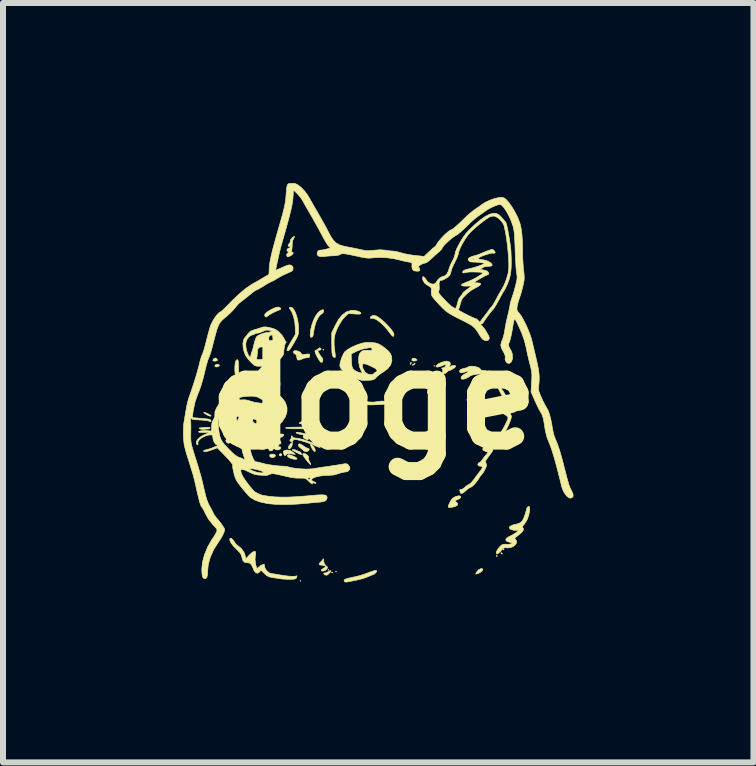
<source format=kicad_pcb>
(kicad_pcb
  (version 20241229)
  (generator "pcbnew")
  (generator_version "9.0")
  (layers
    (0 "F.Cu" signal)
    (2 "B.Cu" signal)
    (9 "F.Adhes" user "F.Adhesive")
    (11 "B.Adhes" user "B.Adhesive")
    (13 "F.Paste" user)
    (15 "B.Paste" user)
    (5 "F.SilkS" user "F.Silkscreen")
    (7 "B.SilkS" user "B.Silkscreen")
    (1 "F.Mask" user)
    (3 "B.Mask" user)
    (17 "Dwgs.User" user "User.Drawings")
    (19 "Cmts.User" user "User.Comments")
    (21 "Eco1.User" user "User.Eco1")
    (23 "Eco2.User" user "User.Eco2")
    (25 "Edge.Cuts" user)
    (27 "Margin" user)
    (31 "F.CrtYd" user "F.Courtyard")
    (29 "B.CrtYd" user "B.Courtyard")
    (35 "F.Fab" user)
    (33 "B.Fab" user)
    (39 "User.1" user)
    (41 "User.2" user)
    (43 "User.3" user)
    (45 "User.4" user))
  (footprint "doge"
    (layer "F.Cu")
    (at 3.177 3.603)
    (property "Reference" "doge" (at 0 0 0) (layer "F.SilkS") (effects (font (size 1.524 1.524) (thickness 0.3))))
    (attr through_hole)
    (fp_poly (pts (xy -1.214 3.027) (xy -1.221 3.034) (xy -1.228 3.027) (xy -1.221 3.02) (xy -1.214 3.027)) (stroke (width 0.01) (type solid)) (fill yes) (layer "F.SilkS"))
    (fp_poly (pts (xy -0.833 -0.826) (xy -0.84 -0.818) (xy -0.847 -0.826) (xy -0.84 -0.833) (xy -0.833 -0.826)) (stroke (width 0.01) (type solid)) (fill yes) (layer "F.SilkS"))
    (fp_poly (pts (xy -0.748 2.843) (xy -0.755 2.85) (xy -0.762 2.843) (xy -0.755 2.836) (xy -0.748 2.843)) (stroke (width 0.01) (type solid)) (fill yes) (layer "F.SilkS"))
    (fp_poly (pts (xy -0.621 2.872) (xy -0.628 2.879) (xy -0.635 2.872) (xy -0.628 2.865) (xy -0.621 2.872)) (stroke (width 0.01) (type solid)) (fill yes) (layer "F.SilkS"))
    (fp_poly (pts (xy -0.296 -0.162) (xy -0.303 -0.155) (xy -0.31 -0.162) (xy -0.303 -0.169) (xy -0.296 -0.162)) (stroke (width 0.01) (type solid)) (fill yes) (layer "F.SilkS"))
    (fp_poly (pts (xy -0.268 -0.12) (xy -0.275 -0.113) (xy -0.282 -0.12) (xy -0.275 -0.127) (xy -0.268 -0.12)) (stroke (width 0.01) (type solid)) (fill yes) (layer "F.SilkS"))
    (fp_poly (pts (xy -0.24 -0.106) (xy -0.247 -0.099) (xy -0.254 -0.106) (xy -0.247 -0.113) (xy -0.24 -0.106)) (stroke (width 0.01) (type solid)) (fill yes) (layer "F.SilkS"))
    (fp_poly (pts (xy -0.212 -0.092) (xy -0.219 -0.085) (xy -0.226 -0.092) (xy -0.219 -0.099) (xy -0.212 -0.092)) (stroke (width 0.01) (type solid)) (fill yes) (layer "F.SilkS"))
    (fp_poly (pts (xy -0.183 -0.078) (xy -0.191 -0.071) (xy -0.198 -0.078) (xy -0.191 -0.085) (xy -0.183 -0.078)) (stroke (width 0.01) (type solid)) (fill yes) (layer "F.SilkS"))
    (fp_poly (pts (xy -0.155 -0.064) (xy -0.162 -0.056) (xy -0.169 -0.064) (xy -0.162 -0.071) (xy -0.155 -0.064)) (stroke (width 0.01) (type solid)) (fill yes) (layer "F.SilkS"))
    (fp_poly (pts (xy 1.016 -0.557) (xy 1.009 -0.55) (xy 1.002 -0.557) (xy 1.009 -0.564) (xy 1.016 -0.557)) (stroke (width 0.01) (type solid)) (fill yes) (layer "F.SilkS"))
    (fp_poly (pts (xy 2.173 2.505) (xy 2.166 2.512) (xy 2.159 2.505) (xy 2.166 2.498) (xy 2.173 2.505)) (stroke (width 0.01) (type solid)) (fill yes) (layer "F.SilkS"))
    (fp_poly (pts (xy -0.682 2.883) (xy -0.684 2.892) (xy -0.691 2.893) (xy -0.703 2.888) (xy -0.701 2.883) (xy -0.684 2.882) (xy -0.682 2.883)) (stroke (width 0.01) (type solid)) (fill yes) (layer "F.SilkS"))
    (fp_poly (pts (xy 2.056 2.601) (xy 2.057 2.618) (xy 2.056 2.62) (xy 2.047 2.618) (xy 2.046 2.611) (xy 2.051 2.599) (xy 2.056 2.601)) (stroke (width 0.01) (type solid)) (fill yes) (layer "F.SilkS"))
    (fp_poly (pts (xy -0.383 -0.22) (xy -0.368 -0.206) (xy -0.371 -0.198) (xy -0.373 -0.198) (xy -0.385 -0.208) (xy -0.389 -0.214) (xy -0.391 -0.224) (xy -0.383 -0.22)) (stroke (width 0.01) (type solid)) (fill yes) (layer "F.SilkS"))
    (fp_poly (pts (xy -0.341 -0.192) (xy -0.326 -0.178) (xy -0.329 -0.169) (xy -0.331 -0.169) (xy -0.343 -0.179) (xy -0.347 -0.186) (xy -0.349 -0.195) (xy -0.341 -0.192)) (stroke (width 0.01) (type solid)) (fill yes) (layer "F.SilkS"))
    (fp_poly (pts (xy 0.629 -0.611) (xy 0.626 -0.6) (xy 0.615 -0.581) (xy 0.608 -0.584) (xy 0.607 -0.592) (xy 0.617 -0.611) (xy 0.621 -0.614) (xy 0.629 -0.611)) (stroke (width 0.01) (type solid)) (fill yes) (layer "F.SilkS"))
    (fp_poly (pts (xy 2.129 2.56) (xy 2.144 2.573) (xy 2.145 2.576) (xy 2.138 2.582) (xy 2.124 2.569) (xy 2.122 2.566) (xy 2.121 2.556) (xy 2.129 2.56)) (stroke (width 0.01) (type solid)) (fill yes) (layer "F.SilkS"))
    (fp_poly (pts (xy -1.538 0.91) (xy -1.53 0.927) (xy -1.541 0.942) (xy -1.552 0.945) (xy -1.571 0.935) (xy -1.573 0.932) (xy -1.572 0.916) (xy -1.555 0.907) (xy -1.538 0.91)) (stroke (width 0.01) (type solid)) (fill yes) (layer "F.SilkS"))
    (fp_poly (pts (xy 0.688 -0.593) (xy 0.671 -0.573) (xy 0.655 -0.568) (xy 0.639 -0.568) (xy 0.649 -0.574) (xy 0.675 -0.591) (xy 0.682 -0.598) (xy 0.69 -0.603) (xy 0.688 -0.593)) (stroke (width 0.01) (type solid)) (fill yes) (layer "F.SilkS"))
    (fp_poly (pts (xy -1.355 0.75) (xy -1.365 0.787) (xy -1.383 0.811) (xy -1.404 0.828) (xy -1.414 0.825) (xy -1.42 0.812) (xy -1.416 0.782) (xy -1.392 0.751) (xy -1.355 0.713) (xy -1.355 0.75)) (stroke (width 0.01) (type solid)) (fill yes) (layer "F.SilkS"))
    (fp_poly (pts (xy 1.6 -0.012) (xy 1.595 -0.001) (xy 1.577 0.022) (xy 1.56 0.027) (xy 1.554 0.012) (xy 1.555 0.004) (xy 1.571 -0.02) (xy 1.585 -0.026) (xy 1.603 -0.026) (xy 1.6 -0.012)) (stroke (width 0.01) (type solid)) (fill yes) (layer "F.SilkS"))
    (fp_poly (pts (xy -2.618 -0.677) (xy -2.604 -0.658) (xy -2.604 -0.648) (xy -2.622 -0.638) (xy -2.649 -0.635) (xy -2.673 -0.639) (xy -2.681 -0.647) (xy -2.671 -0.666) (xy -2.66 -0.677) (xy -2.637 -0.688) (xy -2.618 -0.677)) (stroke (width 0.01) (type solid)) (fill yes) (layer "F.SilkS"))
    (fp_poly (pts (xy -2.596 -0.583) (xy -2.571 -0.57) (xy -2.574 -0.554) (xy -2.591 -0.545) (xy -2.623 -0.537) (xy -2.643 -0.545) (xy -2.643 -0.546) (xy -2.646 -0.562) (xy -2.63 -0.577) (xy -2.605 -0.584) (xy -2.596 -0.583)) (stroke (width 0.01) (type solid)) (fill yes) (layer "F.SilkS"))
    (fp_poly (pts (xy -1.65 0.918) (xy -1.638 0.933) (xy -1.642 0.952) (xy -1.661 0.968) (xy -1.686 0.974) (xy -1.717 0.966) (xy -1.731 0.952) (xy -1.733 0.928) (xy -1.714 0.916) (xy -1.686 0.914) (xy -1.65 0.918)) (stroke (width 0.01) (type solid)) (fill yes) (layer "F.SilkS"))
    (fp_poly (pts (xy -1.557 0.795) (xy -1.545 0.809) (xy -1.554 0.828) (xy -1.579 0.842) (xy -1.612 0.846) (xy -1.639 0.838) (xy -1.644 0.833) (xy -1.647 0.81) (xy -1.626 0.794) (xy -1.596 0.79) (xy -1.557 0.795)) (stroke (width 0.01) (type solid)) (fill yes) (layer "F.SilkS"))
    (fp_poly (pts (xy 0.698 -0.675) (xy 0.721 -0.661) (xy 0.719 -0.649) (xy 0.717 -0.647) (xy 0.686 -0.636) (xy 0.656 -0.637) (xy 0.637 -0.648) (xy 0.635 -0.655) (xy 0.644 -0.68) (xy 0.672 -0.684) (xy 0.698 -0.675)) (stroke (width 0.01) (type solid)) (fill yes) (layer "F.SilkS"))
    (fp_poly (pts (xy 1.702 0.195) (xy 1.707 0.204) (xy 1.695 0.232) (xy 1.664 0.251) (xy 1.64 0.254) (xy 1.615 0.248) (xy 1.611 0.23) (xy 1.625 0.213) (xy 1.651 0.199) (xy 1.68 0.193) (xy 1.702 0.195)) (stroke (width 0.01) (type solid)) (fill yes) (layer "F.SilkS"))
    (fp_poly (pts (xy -1.58 0.673) (xy -1.557 0.695) (xy -1.544 0.72) (xy -1.545 0.733) (xy -1.562 0.747) (xy -1.583 0.735) (xy -1.6 0.713) (xy -1.619 0.682) (xy -1.62 0.667) (xy -1.605 0.663) (xy -1.604 0.663) (xy -1.58 0.673)) (stroke (width 0.01) (type solid)) (fill yes) (layer "F.SilkS"))
    (fp_poly (pts (xy -1.508 0.582) (xy -1.497 0.595) (xy -1.511 0.616) (xy -1.513 0.618) (xy -1.541 0.633) (xy -1.572 0.633) (xy -1.585 0.626) (xy -1.596 0.603) (xy -1.583 0.586) (xy -1.548 0.579) (xy -1.545 0.579) (xy -1.508 0.582)) (stroke (width 0.01) (type solid)) (fill yes) (layer "F.SilkS"))
    (fp_poly (pts (xy 1.727 0.101) (xy 1.732 0.118) (xy 1.714 0.136) (xy 1.681 0.151) (xy 1.646 0.159) (xy 1.623 0.156) (xy 1.61 0.136) (xy 1.62 0.115) (xy 1.647 0.098) (xy 1.66 0.095) (xy 1.701 0.092) (xy 1.727 0.101)) (stroke (width 0.01) (type solid)) (fill yes) (layer "F.SilkS"))
    (fp_poly (pts (xy -2.734 0.471) (xy -2.723 0.478) (xy -2.735 0.491) (xy -2.755 0.495) (xy -2.793 0.498) (xy -2.829 0.502) (xy -2.867 0.501) (xy -2.893 0.494) (xy -2.907 0.482) (xy -2.907 0.479) (xy -2.828 0.471) (xy -2.769 0.468) (xy -2.734 0.471)) (stroke (width 0.01) (type solid)) (fill yes) (layer "F.SilkS"))
    (fp_poly (pts (xy -2.282 0.713) (xy -2.244 0.729) (xy -2.222 0.752) (xy -2.222 0.775) (xy -2.222 0.775) (xy -2.245 0.789) (xy -2.278 0.785) (xy -2.313 0.763) (xy -2.316 0.761) (xy -2.334 0.733) (xy -2.328 0.714) (xy -2.299 0.71) (xy -2.282 0.713)) (stroke (width 0.01) (type solid)) (fill yes) (layer "F.SilkS"))
    (fp_poly (pts (xy 1.818 2.828) (xy 1.819 2.844) (xy 1.803 2.865) (xy 1.775 2.887) (xy 1.736 2.906) (xy 1.725 2.909) (xy 1.703 2.913) (xy 1.703 2.902) (xy 1.71 2.888) (xy 1.743 2.846) (xy 1.783 2.824) (xy 1.796 2.823) (xy 1.818 2.828)) (stroke (width 0.01) (type solid)) (fill yes) (layer "F.SilkS"))
    (fp_poly (pts (xy -2.817 0.219) (xy -2.788 0.23) (xy -2.753 0.246) (xy -2.724 0.263) (xy -2.71 0.274) (xy -2.709 0.275) (xy -2.72 0.283) (xy -2.748 0.276) (xy -2.787 0.256) (xy -2.792 0.253) (xy -2.82 0.233) (xy -2.833 0.219) (xy -2.832 0.217) (xy -2.817 0.219)) (stroke (width 0.01) (type solid)) (fill yes) (layer "F.SilkS"))
    (fp_poly (pts (xy -1.405 0.925) (xy -1.37 0.935) (xy -1.331 0.952) (xy -1.297 0.97) (xy -1.278 0.986) (xy -1.281 0.998) (xy -1.303 1.001) (xy -1.338 0.998) (xy -1.378 0.987) (xy -1.393 0.981) (xy -1.429 0.96) (xy -1.439 0.939) (xy -1.425 0.924) (xy -1.405 0.925)) (stroke (width 0.01) (type solid)) (fill yes) (layer "F.SilkS"))
    (fp_poly (pts (xy -1.039 0.755) (xy -1.017 0.774) (xy -0.994 0.801) (xy -0.978 0.829) (xy -0.974 0.846) (xy -0.975 0.87) (xy -0.984 0.871) (xy -0.995 0.864) (xy -1.012 0.845) (xy -1.031 0.814) (xy -1.047 0.782) (xy -1.054 0.758) (xy -1.054 0.752) (xy -1.039 0.755)) (stroke (width 0.01) (type solid)) (fill yes) (layer "F.SilkS"))
    (fp_poly (pts (xy -1.386 0.856) (xy -1.345 0.883) (xy -1.305 0.919) (xy -1.374 0.91) (xy -1.418 0.906) (xy -1.444 0.911) (xy -1.46 0.926) (xy -1.474 0.942) (xy -1.486 0.935) (xy -1.495 0.919) (xy -1.507 0.881) (xy -1.495 0.858) (xy -1.457 0.847) (xy -1.441 0.847) (xy -1.386 0.856)) (stroke (width 0.01) (type solid)) (fill yes) (layer "F.SilkS"))
    (fp_poly (pts (xy -0.715 2.872) (xy -0.739 2.899) (xy -0.767 2.925) (xy -0.788 2.933) (xy -0.813 2.927) (xy -0.815 2.926) (xy -0.831 2.91) (xy -0.833 2.903) (xy -0.827 2.895) (xy -0.823 2.897) (xy -0.807 2.896) (xy -0.777 2.883) (xy -0.766 2.877) (xy -0.729 2.858) (xy -0.712 2.856) (xy -0.715 2.872)) (stroke (width 0.01) (type solid)) (fill yes) (layer "F.SilkS"))
    (fp_poly (pts (xy -1.226 0.745) (xy -1.195 0.762) (xy -1.173 0.776) (xy -1.135 0.801) (xy -1.104 0.816) (xy -1.093 0.818) (xy -1.076 0.829) (xy -1.075 0.843) (xy -1.091 0.863) (xy -1.121 0.872) (xy -1.151 0.869) (xy -1.167 0.858) (xy -1.186 0.837) (xy -1.217 0.814) (xy -1.247 0.787) (xy -1.256 0.761) (xy -1.244 0.742) (xy -1.226 0.745)) (stroke (width 0.01) (type solid)) (fill yes) (layer "F.SilkS"))
    (fp_poly (pts (xy -1.3 0.847) (xy -1.287 0.853) (xy -1.253 0.868) (xy -1.231 0.877) (xy -1.228 0.877) (xy -1.216 0.887) (xy -1.204 0.908) (xy -1.201 0.924) (xy -1.202 0.924) (xy -1.216 0.921) (xy -1.247 0.907) (xy -1.277 0.892) (xy -1.317 0.87) (xy -1.345 0.855) (xy -1.353 0.85) (xy -1.352 0.839) (xy -1.35 0.837) (xy -1.332 0.837) (xy -1.3 0.847)) (stroke (width 0.01) (type solid)) (fill yes) (layer "F.SilkS"))
    (fp_poly (pts (xy -1.135 0.911) (xy -1.109 0.93) (xy -1.089 0.953) (xy -1.081 0.973) (xy -1.085 0.98) (xy -1.088 0.997) (xy -1.074 1.032) (xy -1.07 1.038) (xy -1.05 1.075) (xy -1.047 1.091) (xy -1.058 1.084) (xy -1.085 1.057) (xy -1.119 1.017) (xy -1.158 0.965) (xy -1.179 0.931) (xy -1.182 0.912) (xy -1.169 0.904) (xy -1.16 0.903) (xy -1.135 0.911)) (stroke (width 0.01) (type solid)) (fill yes) (layer "F.SilkS"))
    (fp_poly (pts (xy -1.017 0.285) (xy -1.022 0.294) (xy -1.029 0.302) (xy -1.051 0.32) (xy -1.089 0.344) (xy -1.135 0.37) (xy -1.179 0.392) (xy -1.214 0.406) (xy -1.227 0.409) (xy -1.241 0.401) (xy -1.241 0.399) (xy -1.229 0.388) (xy -1.197 0.369) (xy -1.152 0.345) (xy -1.139 0.339) (xy -1.08 0.31) (xy -1.042 0.292) (xy -1.023 0.285) (xy -1.017 0.285)) (stroke (width 0.01) (type solid)) (fill yes) (layer "F.SilkS"))
    (fp_poly (pts (xy -2.446 0.575) (xy -2.414 0.601) (xy -2.383 0.635) (xy -2.362 0.667) (xy -2.357 0.684) (xy -2.368 0.706) (xy -2.395 0.725) (xy -2.424 0.734) (xy -2.444 0.724) (xy -2.455 0.713) (xy -2.465 0.689) (xy -2.457 0.672) (xy -2.45 0.653) (xy -2.467 0.63) (xy -2.469 0.628) (xy -2.493 0.599) (xy -2.495 0.576) (xy -2.476 0.565) (xy -2.471 0.564) (xy -2.446 0.575)) (stroke (width 0.01) (type solid)) (fill yes) (layer "F.SilkS"))
    (fp_poly (pts (xy -1.561 -1.526) (xy -1.553 -1.518) (xy -1.547 -1.504) (xy -1.561 -1.492) (xy -1.587 -1.482) (xy -1.629 -1.465) (xy -1.677 -1.442) (xy -1.722 -1.417) (xy -1.757 -1.395) (xy -1.772 -1.382) (xy -1.791 -1.369) (xy -1.81 -1.381) (xy -1.816 -1.392) (xy -1.813 -1.418) (xy -1.784 -1.448) (xy -1.729 -1.484) (xy -1.69 -1.504) (xy -1.632 -1.53) (xy -1.59 -1.537) (xy -1.561 -1.526)) (stroke (width 0.01) (type solid)) (fill yes) (layer "F.SilkS"))
    (fp_poly (pts (xy -1.79 0.696) (xy -1.766 0.719) (xy -1.765 0.721) (xy -1.738 0.757) (xy -1.711 0.787) (xy -1.689 0.816) (xy -1.679 0.84) (xy -1.679 0.84) (xy -1.69 0.856) (xy -1.714 0.86) (xy -1.737 0.853) (xy -1.743 0.847) (xy -1.746 0.825) (xy -1.744 0.821) (xy -1.749 0.806) (xy -1.77 0.791) (xy -1.802 0.764) (xy -1.819 0.739) (xy -1.824 0.708) (xy -1.812 0.693) (xy -1.79 0.696)) (stroke (width 0.01) (type solid)) (fill yes) (layer "F.SilkS"))
    (fp_poly (pts (xy 1.032 -0.224) (xy 1.041 -0.203) (xy 1.039 -0.179) (xy 1.037 -0.14) (xy 1.052 -0.112) (xy 1.058 -0.106) (xy 1.081 -0.074) (xy 1.084 -0.044) (xy 1.066 -0.024) (xy 1.064 -0.023) (xy 1.044 -0.016) (xy 1.026 -0.017) (xy 1 -0.026) (xy 0.965 -0.041) (xy 0.916 -0.073) (xy 0.894 -0.11) (xy 0.899 -0.149) (xy 0.931 -0.186) (xy 0.961 -0.206) (xy 1.006 -0.224) (xy 1.032 -0.224)) (stroke (width 0.01) (type solid)) (fill yes) (layer "F.SilkS"))
    (fp_poly (pts (xy -1.008 0.498) (xy -0.968 0.511) (xy -0.916 0.53) (xy -0.857 0.553) (xy -0.797 0.577) (xy -0.742 0.6) (xy -0.698 0.619) (xy -0.67 0.633) (xy -0.664 0.639) (xy -0.668 0.647) (xy -0.685 0.645) (xy -0.72 0.635) (xy -0.753 0.623) (xy -0.801 0.605) (xy -0.857 0.583) (xy -0.915 0.559) (xy -0.968 0.536) (xy -1.011 0.517) (xy -1.036 0.505) (xy -1.04 0.503) (xy -1.037 0.495) (xy -1.029 0.493) (xy -1.008 0.498)) (stroke (width 0.01) (type solid)) (fill yes) (layer "F.SilkS"))
    (fp_poly (pts (xy -0.456 -0.302) (xy -0.446 -0.289) (xy -0.445 -0.274) (xy -0.452 -0.275) (xy -0.459 -0.273) (xy -0.457 -0.261) (xy -0.444 -0.247) (xy -0.431 -0.254) (xy -0.411 -0.263) (xy -0.405 -0.253) (xy -0.415 -0.231) (xy -0.421 -0.225) (xy -0.443 -0.202) (xy -0.461 -0.201) (xy -0.477 -0.214) (xy -0.486 -0.235) (xy -0.478 -0.249) (xy -0.471 -0.267) (xy -0.485 -0.276) (xy -0.501 -0.29) (xy -0.5 -0.298) (xy -0.48 -0.31) (xy -0.456 -0.302)) (stroke (width 0.01) (type solid)) (fill yes) (layer "F.SilkS"))
    (fp_poly (pts (xy -1.066 0.467) (xy -1.064 0.472) (xy -1.062 0.498) (xy -1.075 0.513) (xy -1.094 0.509) (xy -1.097 0.506) (xy -1.119 0.499) (xy -1.167 0.494) (xy -1.239 0.492) (xy -1.279 0.492) (xy -1.347 0.492) (xy -1.405 0.489) (xy -1.448 0.485) (xy -1.468 0.48) (xy -1.467 0.474) (xy -1.442 0.469) (xy -1.391 0.467) (xy -1.325 0.466) (xy -1.255 0.465) (xy -1.191 0.463) (xy -1.142 0.46) (xy -1.117 0.457) (xy -1.083 0.454) (xy -1.066 0.467)) (stroke (width 0.01) (type solid)) (fill yes) (layer "F.SilkS"))
    (fp_poly (pts (xy -0.833 -1.481) (xy -0.833 -1.467) (xy -0.845 -1.439) (xy -0.866 -1.423) (xy -0.902 -1.394) (xy -0.935 -1.342) (xy -0.965 -1.273) (xy -0.988 -1.192) (xy -1.003 -1.104) (xy -1.005 -1.08) (xy -1.016 -1.044) (xy -1.034 -1.033) (xy -1.051 -1.035) (xy -1.058 -1.057) (xy -1.058 -1.075) (xy -1.051 -1.152) (xy -1.032 -1.233) (xy -1.004 -1.313) (xy -0.97 -1.383) (xy -0.932 -1.438) (xy -0.899 -1.468) (xy -0.861 -1.489) (xy -0.841 -1.493) (xy -0.833 -1.481)) (stroke (width 0.01) (type solid)) (fill yes) (layer "F.SilkS"))
    (fp_poly (pts (xy 0.045 -1.387) (xy 0.091 -1.358) (xy 0.143 -1.317) (xy 0.198 -1.267) (xy 0.249 -1.214) (xy 0.293 -1.162) (xy 0.325 -1.116) (xy 0.338 -1.08) (xy 0.339 -1.076) (xy 0.333 -1.05) (xy 0.318 -1.049) (xy 0.293 -1.073) (xy 0.28 -1.09) (xy 0.225 -1.163) (xy 0.166 -1.228) (xy 0.107 -1.282) (xy 0.053 -1.322) (xy 0.007 -1.344) (xy -0.023 -1.346) (xy -0.049 -1.345) (xy -0.056 -1.359) (xy -0.044 -1.382) (xy -0.011 -1.395) (xy 0.011 -1.397) (xy 0.045 -1.387)) (stroke (width 0.01) (type solid)) (fill yes) (layer "F.SilkS"))
    (fp_poly (pts (xy 1.448 1.616) (xy 1.451 1.633) (xy 1.436 1.654) (xy 1.405 1.671) (xy 1.404 1.671) (xy 1.368 1.684) (xy 1.357 1.693) (xy 1.366 1.705) (xy 1.38 1.715) (xy 1.401 1.74) (xy 1.396 1.764) (xy 1.364 1.785) (xy 1.343 1.792) (xy 1.286 1.804) (xy 1.252 1.804) (xy 1.242 1.792) (xy 1.248 1.768) (xy 1.254 1.753) (xy 1.269 1.723) (xy 1.286 1.688) (xy 1.317 1.65) (xy 1.364 1.622) (xy 1.418 1.609) (xy 1.426 1.609) (xy 1.448 1.616)) (stroke (width 0.01) (type solid)) (fill yes) (layer "F.SilkS"))
    (fp_poly (pts (xy -0.891 -0.855) (xy -0.875 -0.836) (xy -0.885 -0.822) (xy -0.903 -0.818) (xy -0.926 -0.815) (xy -0.931 -0.81) (xy -0.925 -0.79) (xy -0.908 -0.759) (xy -0.887 -0.726) (xy -0.869 -0.7) (xy -0.858 -0.691) (xy -0.85 -0.68) (xy -0.847 -0.654) (xy -0.851 -0.628) (xy -0.858 -0.616) (xy -0.878 -0.616) (xy -0.883 -0.618) (xy -0.897 -0.635) (xy -0.919 -0.669) (xy -0.943 -0.71) (xy -0.97 -0.764) (xy -0.979 -0.799) (xy -0.971 -0.816) (xy -0.957 -0.818) (xy -0.937 -0.829) (xy -0.924 -0.842) (xy -0.904 -0.856) (xy -0.891 -0.855)) (stroke (width 0.01) (type solid)) (fill yes) (layer "F.SilkS"))
    (fp_poly (pts (xy -0.834 2.665) (xy -0.833 2.695) (xy -0.823 2.742) (xy -0.797 2.772) (xy -0.773 2.794) (xy -0.77 2.811) (xy -0.784 2.833) (xy -0.806 2.852) (xy -0.836 2.863) (xy -0.862 2.864) (xy -0.875 2.853) (xy -0.875 2.851) (xy -0.864 2.836) (xy -0.836 2.817) (xy -0.831 2.814) (xy -0.803 2.797) (xy -0.799 2.785) (xy -0.806 2.779) (xy -0.834 2.769) (xy -0.863 2.766) (xy -0.899 2.76) (xy -0.91 2.745) (xy -0.896 2.724) (xy -0.892 2.721) (xy -0.863 2.693) (xy -0.85 2.674) (xy -0.839 2.658) (xy -0.834 2.665)) (stroke (width 0.01) (type solid)) (fill yes) (layer "F.SilkS"))
    (fp_poly (pts (xy -0.282 -0.079) (xy -0.251 -0.048) (xy -0.179 0.011) (xy -0.097 0.044) (xy -0.007 0.049) (xy 0.032 0.044) (xy 0.13 0.031) (xy 0.213 0.034) (xy 0.27 0.048) (xy 0.314 0.067) (xy 0.252 0.075) (xy 0.211 0.08) (xy 0.152 0.085) (xy 0.083 0.089) (xy 0.042 0.092) (xy -0.029 0.094) (xy -0.08 0.094) (xy -0.12 0.089) (xy -0.156 0.079) (xy -0.176 0.071) (xy -0.217 0.049) (xy -0.261 0.019) (xy -0.3 -0.015) (xy -0.328 -0.047) (xy -0.339 -0.069) (xy -0.33 -0.087) (xy -0.323 -0.094) (xy -0.308 -0.097) (xy -0.282 -0.079)) (stroke (width 0.01) (type solid)) (fill yes) (layer "F.SilkS"))
    (fp_poly (pts (xy 0.051 2.858) (xy 0.047 2.877) (xy 0.029 2.899) (xy 0.003 2.917) (xy -0.005 2.921) (xy -0.052 2.939) (xy -0.092 2.956) (xy -0.141 2.976) (xy -0.199 2.994) (xy -0.273 3.012) (xy -0.343 3.026) (xy -0.403 3.038) (xy -0.441 3.045) (xy -0.464 3.047) (xy -0.476 3.045) (xy -0.484 3.039) (xy -0.484 3.039) (xy -0.494 3.021) (xy -0.483 3.005) (xy -0.448 2.99) (xy -0.388 2.975) (xy -0.37 2.971) (xy -0.295 2.955) (xy -0.232 2.939) (xy -0.169 2.92) (xy -0.097 2.894) (xy -0.057 2.879) (xy -0.012 2.864) (xy 0.023 2.853) (xy 0.037 2.85) (xy 0.051 2.858)) (stroke (width 0.01) (type solid)) (fill yes) (layer "F.SilkS"))
    (fp_poly (pts (xy -1.363 -1.53) (xy -1.336 -1.503) (xy -1.309 -1.456) (xy -1.286 -1.395) (xy -1.267 -1.323) (xy -1.255 -1.245) (xy -1.252 -1.191) (xy -1.251 -1.142) (xy -1.253 -1.105) (xy -1.26 -1.072) (xy -1.275 -1.037) (xy -1.299 -0.99) (xy -1.326 -0.942) (xy -1.366 -0.875) (xy -1.396 -0.832) (xy -1.418 -0.81) (xy -1.435 -0.807) (xy -1.446 -0.818) (xy -1.442 -0.834) (xy -1.427 -0.87) (xy -1.402 -0.917) (xy -1.38 -0.955) (xy -1.305 -1.079) (xy -1.307 -1.195) (xy -1.314 -1.28) (xy -1.331 -1.363) (xy -1.355 -1.435) (xy -1.385 -1.489) (xy -1.393 -1.499) (xy -1.407 -1.518) (xy -1.4 -1.529) (xy -1.39 -1.533) (xy -1.363 -1.53)) (stroke (width 0.01) (type solid)) (fill yes) (layer "F.SilkS"))
    (fp_poly (pts (xy -1.211 0.56) (xy -1.146 0.574) (xy -1.068 0.595) (xy -1.058 0.598) (xy -0.974 0.623) (xy -0.915 0.643) (xy -0.879 0.657) (xy -0.864 0.667) (xy -0.864 0.672) (xy -0.876 0.674) (xy -0.904 0.669) (xy -0.95 0.658) (xy -1.018 0.638) (xy -1.051 0.628) (xy -1.091 0.617) (xy -1.107 0.617) (xy -1.104 0.623) (xy -1.09 0.646) (xy -1.087 0.667) (xy -1.097 0.676) (xy -1.097 0.676) (xy -1.119 0.671) (xy -1.129 0.667) (xy -1.166 0.647) (xy -1.177 0.625) (xy -1.17 0.613) (xy -1.167 0.601) (xy -1.183 0.592) (xy -1.22 0.585) (xy -1.26 0.576) (xy -1.288 0.565) (xy -1.294 0.561) (xy -1.288 0.552) (xy -1.26 0.552) (xy -1.211 0.56)) (stroke (width 0.01) (type solid)) (fill yes) (layer "F.SilkS"))
    (fp_poly (pts (xy -0.299 -1.477) (xy -0.255 -1.465) (xy -0.223 -1.449) (xy -0.212 -1.432) (xy -0.218 -1.422) (xy -0.24 -1.418) (xy -0.283 -1.419) (xy -0.315 -1.421) (xy -0.419 -1.429) (xy -0.476 -1.378) (xy -0.523 -1.324) (xy -0.569 -1.252) (xy -0.611 -1.171) (xy -0.641 -1.09) (xy -0.649 -1.06) (xy -0.659 -0.991) (xy -0.659 -0.906) (xy -0.648 -0.801) (xy -0.641 -0.751) (xy -0.638 -0.709) (xy -0.646 -0.692) (xy -0.665 -0.7) (xy -0.679 -0.715) (xy -0.688 -0.734) (xy -0.694 -0.771) (xy -0.697 -0.828) (xy -0.698 -0.909) (xy -0.699 -0.923) (xy -0.699 -1.108) (xy -0.64 -1.229) (xy -0.583 -1.332) (xy -0.521 -1.407) (xy -0.454 -1.456) (xy -0.382 -1.479) (xy -0.348 -1.482) (xy -0.299 -1.477)) (stroke (width 0.01) (type solid)) (fill yes) (layer "F.SilkS"))
    (fp_poly (pts (xy -1.35 0.626) (xy -1.35 0.631) (xy -1.34 0.64) (xy -1.31 0.646) (xy -1.297 0.647) (xy -1.255 0.652) (xy -1.199 0.665) (xy -1.139 0.683) (xy -1.134 0.684) (xy -1.077 0.705) (xy -1.02 0.729) (xy -0.968 0.752) (xy -0.926 0.774) (xy -0.898 0.791) (xy -0.889 0.801) (xy -0.896 0.803) (xy -0.927 0.796) (xy -0.966 0.78) (xy -0.974 0.776) (xy -1.02 0.755) (xy -1.083 0.731) (xy -1.155 0.707) (xy -1.224 0.687) (xy -1.281 0.674) (xy -1.288 0.673) (xy -1.324 0.67) (xy -1.339 0.678) (xy -1.341 0.685) (xy -1.352 0.702) (xy -1.369 0.706) (xy -1.392 0.697) (xy -1.397 0.684) (xy -1.389 0.666) (xy -1.381 0.663) (xy -1.372 0.652) (xy -1.373 0.634) (xy -1.374 0.613) (xy -1.364 0.611) (xy -1.35 0.626)) (stroke (width 0.01) (type solid)) (fill yes) (layer "F.SilkS"))
    (fp_poly (pts (xy -1.251 -0.798) (xy -1.219 -0.779) (xy -1.207 -0.763) (xy -1.193 -0.743) (xy -1.181 -0.742) (xy -1.155 -0.747) (xy -1.117 -0.752) (xy -1.112 -0.753) (xy -1.078 -0.753) (xy -1.066 -0.744) (xy -1.066 -0.735) (xy -1.07 -0.709) (xy -1.071 -0.702) (xy -1.084 -0.694) (xy -1.113 -0.691) (xy -1.156 -0.685) (xy -1.194 -0.67) (xy -1.236 -0.653) (xy -1.261 -0.653) (xy -1.275 -0.671) (xy -1.276 -0.671) (xy -1.283 -0.705) (xy -1.284 -0.72) (xy -1.288 -0.728) (xy -1.269 -0.728) (xy -1.266 -0.71) (xy -1.261 -0.709) (xy -1.258 -0.728) (xy -1.26 -0.736) (xy -1.267 -0.742) (xy -1.269 -0.728) (xy -1.288 -0.728) (xy -1.296 -0.745) (xy -1.312 -0.755) (xy -1.335 -0.771) (xy -1.339 -0.792) (xy -1.323 -0.808) (xy -1.29 -0.809) (xy -1.251 -0.798)) (stroke (width 0.01) (type solid)) (fill yes) (layer "F.SilkS"))
    (fp_poly (pts (xy -1.322 -2.7) (xy -1.337 -2.668) (xy -1.345 -2.656) (xy -1.353 -2.632) (xy -1.357 -2.591) (xy -1.358 -2.564) (xy -1.36 -2.519) (xy -1.366 -2.484) (xy -1.371 -2.474) (xy -1.378 -2.459) (xy -1.363 -2.455) (xy -1.343 -2.448) (xy -1.343 -2.429) (xy -1.361 -2.406) (xy -1.382 -2.392) (xy -1.417 -2.376) (xy -1.435 -2.373) (xy -1.445 -2.384) (xy -1.448 -2.391) (xy -1.448 -2.422) (xy -1.426 -2.44) (xy -1.414 -2.442) (xy -1.402 -2.445) (xy -1.417 -2.454) (xy -1.421 -2.456) (xy -1.444 -2.474) (xy -1.445 -2.49) (xy -1.432 -2.509) (xy -1.426 -2.512) (xy -1.409 -2.519) (xy -1.389 -2.532) (xy -1.371 -2.547) (xy -1.376 -2.549) (xy -1.393 -2.545) (xy -1.419 -2.546) (xy -1.426 -2.563) (xy -1.413 -2.588) (xy -1.404 -2.597) (xy -1.389 -2.622) (xy -1.389 -2.637) (xy -1.382 -2.662) (xy -1.356 -2.691) (xy -1.354 -2.693) (xy -1.328 -2.712) (xy -1.319 -2.714) (xy -1.322 -2.7)) (stroke (width 0.01) (type solid)) (fill yes) (layer "F.SilkS"))
    (fp_poly (pts (xy 1.258 -0.625) (xy 1.278 -0.601) (xy 1.276 -0.57) (xy 1.273 -0.563) (xy 1.264 -0.543) (xy 1.269 -0.536) (xy 1.288 -0.546) (xy 1.291 -0.55) (xy 1.309 -0.561) (xy 1.337 -0.564) (xy 1.361 -0.559) (xy 1.369 -0.55) (xy 1.358 -0.535) (xy 1.331 -0.514) (xy 1.298 -0.493) (xy 1.269 -0.479) (xy 1.254 -0.476) (xy 1.239 -0.469) (xy 1.22 -0.451) (xy 1.189 -0.428) (xy 1.162 -0.426) (xy 1.151 -0.436) (xy 1.149 -0.459) (xy 1.152 -0.473) (xy 1.151 -0.5) (xy 1.142 -0.509) (xy 1.132 -0.519) (xy 1.148 -0.522) (xy 1.15 -0.522) (xy 1.18 -0.533) (xy 1.196 -0.55) (xy 1.206 -0.571) (xy 1.198 -0.577) (xy 1.169 -0.57) (xy 1.138 -0.557) (xy 1.097 -0.543) (xy 1.063 -0.536) (xy 1.059 -0.536) (xy 1.039 -0.539) (xy 1.041 -0.554) (xy 1.047 -0.564) (xy 1.072 -0.586) (xy 1.115 -0.608) (xy 1.165 -0.626) (xy 1.212 -0.635) (xy 1.221 -0.635) (xy 1.258 -0.625)) (stroke (width 0.01) (type solid)) (fill yes) (layer "F.SilkS"))
    (fp_poly (pts (xy 1.679 -0.547) (xy 1.723 -0.536) (xy 1.759 -0.521) (xy 1.777 -0.504) (xy 1.778 -0.5) (xy 1.79 -0.485) (xy 1.826 -0.48) (xy 1.833 -0.48) (xy 1.882 -0.473) (xy 1.909 -0.453) (xy 1.911 -0.423) (xy 1.905 -0.41) (xy 1.897 -0.388) (xy 1.909 -0.381) (xy 1.919 -0.381) (xy 1.942 -0.372) (xy 1.946 -0.352) (xy 1.931 -0.333) (xy 1.923 -0.33) (xy 1.893 -0.318) (xy 1.854 -0.302) (xy 1.853 -0.302) (xy 1.822 -0.289) (xy 1.805 -0.283) (xy 1.804 -0.283) (xy 1.788 -0.289) (xy 1.782 -0.292) (xy 1.765 -0.311) (xy 1.768 -0.342) (xy 1.789 -0.378) (xy 1.801 -0.391) (xy 1.837 -0.428) (xy 1.734 -0.418) (xy 1.68 -0.411) (xy 1.635 -0.4) (xy 1.609 -0.389) (xy 1.609 -0.388) (xy 1.574 -0.364) (xy 1.532 -0.345) (xy 1.494 -0.334) (xy 1.467 -0.335) (xy 1.462 -0.338) (xy 1.455 -0.362) (xy 1.472 -0.39) (xy 1.512 -0.418) (xy 1.528 -0.426) (xy 1.569 -0.449) (xy 1.584 -0.463) (xy 1.575 -0.467) (xy 1.54 -0.459) (xy 1.524 -0.455) (xy 1.477 -0.442) (xy 1.449 -0.441) (xy 1.437 -0.448) (xy 1.429 -0.47) (xy 1.442 -0.487) (xy 1.609 -0.487) (xy 1.616 -0.48) (xy 1.623 -0.487) (xy 1.616 -0.494) (xy 1.609 -0.487) (xy 1.442 -0.487) (xy 1.446 -0.492) (xy 1.483 -0.509) (xy 1.511 -0.515) (xy 1.548 -0.524) (xy 1.572 -0.535) (xy 1.574 -0.537) (xy 1.595 -0.549) (xy 1.633 -0.551) (xy 1.679 -0.547)) (stroke (width 0.01) (type solid)) (fill yes) (layer "F.SilkS"))
    (fp_poly (pts (xy 2.595 1.792) (xy 2.6 1.815) (xy 2.599 1.856) (xy 2.584 1.936) (xy 2.554 2.015) (xy 2.512 2.08) (xy 2.503 2.09) (xy 2.481 2.119) (xy 2.481 2.136) (xy 2.482 2.137) (xy 2.498 2.16) (xy 2.488 2.192) (xy 2.453 2.232) (xy 2.419 2.26) (xy 2.378 2.292) (xy 2.357 2.312) (xy 2.353 2.325) (xy 2.362 2.336) (xy 2.364 2.337) (xy 2.383 2.364) (xy 2.38 2.396) (xy 2.359 2.428) (xy 2.325 2.455) (xy 2.282 2.473) (xy 2.235 2.478) (xy 2.225 2.477) (xy 2.192 2.474) (xy 2.167 2.481) (xy 2.141 2.503) (xy 2.121 2.526) (xy 2.085 2.563) (xy 2.063 2.579) (xy 2.049 2.577) (xy 2.042 2.565) (xy 2.046 2.54) (xy 2.065 2.505) (xy 2.093 2.468) (xy 2.123 2.437) (xy 2.151 2.419) (xy 2.153 2.419) (xy 2.192 2.415) (xy 2.217 2.418) (xy 2.252 2.418) (xy 2.284 2.41) (xy 2.306 2.4) (xy 2.307 2.394) (xy 2.286 2.387) (xy 2.261 2.382) (xy 2.222 2.37) (xy 2.204 2.354) (xy 2.201 2.341) (xy 2.213 2.316) (xy 2.25 2.292) (xy 2.261 2.287) (xy 2.312 2.261) (xy 2.361 2.231) (xy 2.37 2.224) (xy 2.418 2.187) (xy 2.374 2.187) (xy 2.325 2.182) (xy 2.285 2.169) (xy 2.261 2.15) (xy 2.258 2.14) (xy 2.271 2.119) (xy 2.309 2.099) (xy 2.366 2.083) (xy 2.38 2.081) (xy 2.42 2.07) (xy 2.452 2.052) (xy 2.479 2.023) (xy 2.502 1.979) (xy 2.525 1.915) (xy 2.55 1.827) (xy 2.552 1.82) (xy 2.567 1.794) (xy 2.583 1.785) (xy 2.595 1.792)) (stroke (width 0.01) (type solid)) (fill yes) (layer "F.SilkS"))
    (fp_poly (pts (xy -2.349 2.337) (xy -2.327 2.367) (xy -2.303 2.403) (xy -2.281 2.428) (xy -2.275 2.432) (xy -2.208 2.485) (xy -2.162 2.548) (xy -2.146 2.591) (xy -2.129 2.657) (xy -2.067 2.591) (xy -2.024 2.552) (xy -1.991 2.534) (xy -1.971 2.539) (xy -1.965 2.565) (xy -1.969 2.588) (xy -1.977 2.67) (xy -1.966 2.755) (xy -1.96 2.777) (xy -1.945 2.823) (xy -1.903 2.787) (xy -1.866 2.762) (xy -1.837 2.752) (xy -1.821 2.757) (xy -1.819 2.762) (xy -1.817 2.784) (xy -1.815 2.801) (xy -1.8 2.835) (xy -1.77 2.87) (xy -1.734 2.897) (xy -1.703 2.907) (xy -1.675 2.909) (xy -1.628 2.916) (xy -1.572 2.926) (xy -1.566 2.927) (xy -1.49 2.939) (xy -1.417 2.948) (xy -1.355 2.951) (xy -1.309 2.95) (xy -1.287 2.944) (xy -1.277 2.943) (xy -1.282 2.964) (xy -1.282 2.966) (xy -1.292 2.983) (xy -1.308 2.994) (xy -1.338 2.999) (xy -1.389 3.001) (xy -1.392 3.001) (xy -1.455 3) (xy -1.519 2.996) (xy -1.559 2.991) (xy -1.618 2.982) (xy -1.679 2.973) (xy -1.696 2.97) (xy -1.745 2.959) (xy -1.787 2.935) (xy -1.82 2.905) (xy -1.878 2.849) (xy -1.903 2.88) (xy -1.932 2.9) (xy -1.961 2.893) (xy -1.99 2.861) (xy -2.013 2.809) (xy -2.038 2.757) (xy -2.07 2.729) (xy -2.113 2.722) (xy -2.121 2.723) (xy -2.158 2.714) (xy -2.184 2.68) (xy -2.196 2.633) (xy -2.207 2.594) (xy -2.229 2.558) (xy -2.268 2.517) (xy -2.276 2.509) (xy -2.34 2.444) (xy -2.381 2.389) (xy -2.398 2.346) (xy -2.399 2.339) (xy -2.392 2.317) (xy -2.374 2.317) (xy -2.349 2.337)) (stroke (width 0.01) (type solid)) (fill yes) (layer "F.SilkS"))
    (fp_poly (pts (xy -0.035 -0.946) (xy 0.029 -0.938) (xy 0.081 -0.922) (xy 0.128 -0.895) (xy 0.137 -0.89) (xy 0.204 -0.84) (xy 0.25 -0.798) (xy 0.279 -0.76) (xy 0.296 -0.721) (xy 0.297 -0.716) (xy 0.304 -0.642) (xy 0.283 -0.573) (xy 0.235 -0.51) (xy 0.159 -0.453) (xy 0.144 -0.444) (xy 0.098 -0.413) (xy 0.055 -0.378) (xy 0.041 -0.363) (xy 0.02 -0.341) (xy -0.001 -0.328) (xy -0.031 -0.32) (xy -0.077 -0.316) (xy -0.108 -0.315) (xy -0.166 -0.314) (xy -0.207 -0.317) (xy -0.243 -0.327) (xy -0.283 -0.346) (xy -0.303 -0.358) (xy -0.352 -0.383) (xy -0.396 -0.404) (xy -0.423 -0.414) (xy -0.467 -0.434) (xy -0.51 -0.469) (xy -0.544 -0.51) (xy -0.563 -0.551) (xy -0.564 -0.563) (xy -0.559 -0.605) (xy -0.544 -0.658) (xy -0.523 -0.714) (xy -0.504 -0.755) (xy -0.374 -0.755) (xy -0.372 -0.67) (xy -0.368 -0.597) (xy -0.361 -0.545) (xy -0.346 -0.51) (xy -0.323 -0.485) (xy -0.291 -0.466) (xy -0.251 -0.449) (xy -0.217 -0.439) (xy -0.209 -0.437) (xy -0.194 -0.44) (xy -0.194 -0.451) (xy -0.209 -0.479) (xy -0.213 -0.485) (xy -0.235 -0.539) (xy -0.242 -0.575) (xy -0.187 -0.575) (xy -0.187 -0.541) (xy -0.172 -0.498) (xy -0.146 -0.457) (xy -0.132 -0.441) (xy -0.097 -0.42) (xy -0.056 -0.41) (xy -0.02 -0.412) (xy 0.003 -0.427) (xy 0.005 -0.43) (xy 0.024 -0.449) (xy 0.035 -0.452) (xy 0.053 -0.463) (xy 0.056 -0.478) (xy 0.047 -0.497) (xy 0.015 -0.52) (xy -0.04 -0.548) (xy -0.103 -0.576) (xy -0.146 -0.589) (xy -0.172 -0.59) (xy -0.186 -0.578) (xy -0.187 -0.575) (xy -0.242 -0.575) (xy -0.248 -0.606) (xy -0.251 -0.674) (xy -0.244 -0.733) (xy -0.234 -0.759) (xy -0.204 -0.797) (xy -0.16 -0.815) (xy -0.098 -0.816) (xy -0.084 -0.814) (xy -0.048 -0.811) (xy -0.032 -0.817) (xy -0.028 -0.835) (xy -0.028 -0.835) (xy -0.032 -0.853) (xy -0.048 -0.859) (xy -0.081 -0.856) (xy -0.152 -0.844) (xy -0.207 -0.83) (xy -0.258 -0.81) (xy -0.297 -0.793) (xy -0.374 -0.755) (xy -0.504 -0.755) (xy -0.501 -0.762) (xy -0.481 -0.791) (xy -0.43 -0.831) (xy -0.36 -0.871) (xy -0.281 -0.906) (xy -0.203 -0.932) (xy -0.135 -0.946) (xy -0.119 -0.947) (xy -0.035 -0.946)) (stroke (width 0.01) (type solid)) (fill yes) (layer "F.SilkS"))
    (fp_poly (pts (xy 2.098 -0.208) (xy 2.123 -0.182) (xy 2.156 -0.137) (xy 2.171 -0.113) (xy 2.198 -0.067) (xy 2.219 -0.03) (xy 2.229 -0.009) (xy 2.23 -0.007) (xy 2.239 0.016) (xy 2.262 0.05) (xy 2.292 0.087) (xy 2.322 0.12) (xy 2.347 0.14) (xy 2.351 0.142) (xy 2.376 0.157) (xy 2.385 0.171) (xy 2.373 0.195) (xy 2.343 0.215) (xy 2.307 0.225) (xy 2.304 0.225) (xy 2.277 0.233) (xy 2.274 0.248) (xy 2.287 0.262) (xy 2.296 0.284) (xy 2.288 0.328) (xy 2.264 0.395) (xy 2.232 0.466) (xy 2.18 0.561) (xy 2.122 0.642) (xy 2.063 0.705) (xy 2.026 0.733) (xy 1.983 0.767) (xy 1.967 0.8) (xy 1.977 0.827) (xy 1.984 0.838) (xy 1.985 0.852) (xy 1.975 0.872) (xy 1.954 0.903) (xy 1.918 0.951) (xy 1.911 0.96) (xy 1.881 1.002) (xy 1.865 1.029) (xy 1.863 1.048) (xy 1.871 1.065) (xy 1.872 1.066) (xy 1.881 1.087) (xy 1.88 1.109) (xy 1.867 1.143) (xy 1.857 1.166) (xy 1.834 1.209) (xy 1.811 1.243) (xy 1.8 1.256) (xy 1.776 1.282) (xy 1.755 1.316) (xy 1.731 1.353) (xy 1.699 1.394) (xy 1.665 1.431) (xy 1.635 1.458) (xy 1.615 1.468) (xy 1.594 1.477) (xy 1.563 1.499) (xy 1.55 1.511) (xy 1.505 1.55) (xy 1.475 1.569) (xy 1.455 1.57) (xy 1.443 1.554) (xy 1.441 1.549) (xy 1.434 1.517) (xy 1.441 1.501) (xy 1.456 1.504) (xy 1.474 1.501) (xy 1.502 1.482) (xy 1.515 1.471) (xy 1.55 1.442) (xy 1.582 1.422) (xy 1.589 1.419) (xy 1.612 1.404) (xy 1.643 1.371) (xy 1.674 1.332) (xy 1.709 1.284) (xy 1.743 1.237) (xy 1.765 1.209) (xy 1.799 1.164) (xy 1.812 1.135) (xy 1.805 1.119) (xy 1.778 1.115) (xy 1.778 1.115) (xy 1.747 1.11) (xy 1.736 1.093) (xy 1.736 1.087) (xy 1.744 1.064) (xy 1.757 1.058) (xy 1.778 1.047) (xy 1.801 1.021) (xy 1.802 1.02) (xy 1.827 0.983) (xy 1.859 0.942) (xy 1.868 0.932) (xy 1.909 0.883) (xy 1.861 0.867) (xy 1.825 0.849) (xy 1.816 0.828) (xy 1.834 0.808) (xy 1.856 0.799) (xy 1.877 0.789) (xy 1.901 0.774) (xy 1.931 0.751) (xy 1.97 0.715) (xy 2.023 0.665) (xy 2.057 0.631) (xy 2.096 0.585) (xy 2.139 0.521) (xy 2.181 0.447) (xy 2.183 0.442) (xy 2.212 0.383) (xy 2.23 0.344) (xy 2.238 0.319) (xy 2.237 0.302) (xy 2.229 0.289) (xy 2.224 0.284) (xy 2.196 0.261) (xy 2.155 0.236) (xy 2.135 0.226) (xy 2.096 0.203) (xy 2.08 0.183) (xy 2.089 0.169) (xy 2.122 0.166) (xy 2.13 0.166) (xy 2.168 0.163) (xy 2.195 0.15) (xy 2.22 0.13) (xy 2.232 0.124) (xy 2.238 0.111) (xy 2.223 0.081) (xy 2.22 0.077) (xy 2.193 0.035) (xy 2.162 -0.017) (xy 2.132 -0.071) (xy 2.105 -0.123) (xy 2.084 -0.164) (xy 2.075 -0.189) (xy 2.074 -0.192) (xy 2.081 -0.212) (xy 2.098 -0.208)) (stroke (width 0.01) (type solid)) (fill yes) (layer "F.SilkS"))
    (fp_poly (pts (xy 2.054 -3.092) (xy 2.085 -3.075) (xy 2.12 -3.043) (xy 2.134 -3.027) (xy 2.167 -2.989) (xy 2.193 -2.958) (xy 2.204 -2.943) (xy 2.212 -2.919) (xy 2.224 -2.872) (xy 2.237 -2.81) (xy 2.25 -2.738) (xy 2.263 -2.662) (xy 2.274 -2.589) (xy 2.283 -2.524) (xy 2.287 -2.474) (xy 2.288 -2.469) (xy 2.293 -2.338) (xy 2.293 -2.229) (xy 2.287 -2.14) (xy 2.276 -2.064) (xy 2.258 -1.997) (xy 2.251 -1.976) (xy 2.229 -1.92) (xy 2.207 -1.871) (xy 2.189 -1.837) (xy 2.187 -1.834) (xy 2.171 -1.808) (xy 2.145 -1.763) (xy 2.114 -1.706) (xy 2.088 -1.658) (xy 2.056 -1.6) (xy 2.027 -1.551) (xy 2.006 -1.517) (xy 1.995 -1.503) (xy 1.978 -1.484) (xy 1.95 -1.451) (xy 1.917 -1.408) (xy 1.884 -1.363) (xy 1.853 -1.32) (xy 1.831 -1.287) (xy 1.82 -1.268) (xy 1.82 -1.268) (xy 1.809 -1.258) (xy 1.797 -1.256) (xy 1.785 -1.252) (xy 1.792 -1.237) (xy 1.812 -1.215) (xy 1.832 -1.192) (xy 1.851 -1.167) (xy 1.873 -1.133) (xy 1.901 -1.084) (xy 1.92 -1.048) (xy 1.928 -1.014) (xy 1.916 -0.989) (xy 1.889 -0.976) (xy 1.855 -0.978) (xy 1.82 -0.996) (xy 1.81 -1.005) (xy 1.782 -1.042) (xy 1.762 -1.073) (xy 1.727 -1.131) (xy 1.693 -1.177) (xy 1.652 -1.215) (xy 1.6 -1.25) (xy 1.53 -1.288) (xy 1.496 -1.305) (xy 1.401 -1.352) (xy 1.326 -1.391) (xy 1.267 -1.425) (xy 1.219 -1.458) (xy 1.175 -1.494) (xy 1.132 -1.536) (xy 1.083 -1.588) (xy 1.078 -1.593) (xy 1.028 -1.648) (xy 0.995 -1.687) (xy 0.974 -1.715) (xy 0.964 -1.738) (xy 0.96 -1.761) (xy 0.961 -1.79) (xy 1.081 -1.79) (xy 1.086 -1.772) (xy 1.103 -1.747) (xy 1.134 -1.709) (xy 1.172 -1.668) (xy 1.24 -1.599) (xy 1.295 -1.55) (xy 1.337 -1.522) (xy 1.365 -1.515) (xy 1.369 -1.517) (xy 1.378 -1.534) (xy 1.389 -1.57) (xy 1.397 -1.604) (xy 1.417 -1.668) (xy 1.445 -1.712) (xy 1.448 -1.715) (xy 1.471 -1.741) (xy 1.482 -1.761) (xy 1.482 -1.761) (xy 1.492 -1.777) (xy 1.52 -1.802) (xy 1.559 -1.832) (xy 1.636 -1.887) (xy 1.548 -1.885) (xy 1.493 -1.887) (xy 1.465 -1.896) (xy 1.464 -1.909) (xy 1.491 -1.927) (xy 1.545 -1.95) (xy 1.554 -1.953) (xy 1.602 -1.973) (xy 1.657 -1.999) (xy 1.712 -2.028) (xy 1.761 -2.058) (xy 1.798 -2.083) (xy 1.818 -2.102) (xy 1.82 -2.106) (xy 1.807 -2.112) (xy 1.774 -2.117) (xy 1.726 -2.119) (xy 1.725 -2.119) (xy 1.659 -2.121) (xy 1.614 -2.121) (xy 1.581 -2.119) (xy 1.552 -2.115) (xy 1.526 -2.109) (xy 1.495 -2.104) (xy 1.483 -2.11) (xy 1.484 -2.125) (xy 1.497 -2.144) (xy 1.531 -2.159) (xy 1.566 -2.168) (xy 1.667 -2.193) (xy 1.751 -2.22) (xy 1.812 -2.244) (xy 1.854 -2.265) (xy 1.798 -2.275) (xy 1.749 -2.281) (xy 1.692 -2.285) (xy 1.669 -2.285) (xy 1.622 -2.288) (xy 1.595 -2.297) (xy 1.581 -2.314) (xy 1.576 -2.333) (xy 1.646 -2.333) (xy 1.665 -2.331) (xy 1.685 -2.333) (xy 1.683 -2.338) (xy 1.654 -2.34) (xy 1.647 -2.338) (xy 1.646 -2.333) (xy 1.576 -2.333) (xy 1.574 -2.337) (xy 1.589 -2.356) (xy 1.598 -2.361) (xy 1.636 -2.379) (xy 1.675 -2.39) (xy 1.716 -2.401) (xy 1.765 -2.419) (xy 1.78 -2.425) (xy 1.838 -2.45) (xy 1.894 -2.472) (xy 1.94 -2.488) (xy 1.97 -2.497) (xy 1.975 -2.498) (xy 1.996 -2.488) (xy 2.016 -2.467) (xy 2.025 -2.446) (xy 2.024 -2.44) (xy 2.005 -2.432) (xy 1.988 -2.435) (xy 1.963 -2.434) (xy 1.921 -2.424) (xy 1.869 -2.408) (xy 1.817 -2.389) (xy 1.771 -2.369) (xy 1.75 -2.357) (xy 1.739 -2.347) (xy 1.745 -2.339) (xy 1.772 -2.332) (xy 1.823 -2.323) (xy 1.833 -2.322) (xy 1.884 -2.309) (xy 1.93 -2.287) (xy 1.963 -2.261) (xy 1.976 -2.236) (xy 1.976 -2.236) (xy 1.967 -2.223) (xy 1.937 -2.216) (xy 1.907 -2.215) (xy 1.853 -2.21) (xy 1.822 -2.196) (xy 1.82 -2.194) (xy 1.792 -2.176) (xy 1.773 -2.171) (xy 1.768 -2.169) (xy 1.786 -2.163) (xy 1.811 -2.158) (xy 1.855 -2.148) (xy 1.889 -2.136) (xy 1.899 -2.13) (xy 1.916 -2.107) (xy 1.917 -2.085) (xy 1.903 -2.074) (xy 1.902 -2.074) (xy 1.883 -2.068) (xy 1.847 -2.051) (xy 1.804 -2.027) (xy 1.758 -2.001) (xy 1.718 -1.976) (xy 1.689 -1.957) (xy 1.679 -1.947) (xy 1.692 -1.941) (xy 1.723 -1.939) (xy 1.732 -1.939) (xy 1.771 -1.935) (xy 1.785 -1.923) (xy 1.774 -1.903) (xy 1.738 -1.877) (xy 1.698 -1.856) (xy 1.624 -1.814) (xy 1.558 -1.762) (xy 1.489 -1.693) (xy 1.487 -1.691) (xy 1.468 -1.659) (xy 1.45 -1.611) (xy 1.441 -1.578) (xy 1.429 -1.534) (xy 1.416 -1.502) (xy 1.407 -1.492) (xy 1.414 -1.485) (xy 1.441 -1.469) (xy 1.481 -1.446) (xy 1.531 -1.421) (xy 1.583 -1.394) (xy 1.633 -1.371) (xy 1.674 -1.352) (xy 1.701 -1.342) (xy 1.707 -1.341) (xy 1.723 -1.331) (xy 1.744 -1.311) (xy 1.771 -1.282) (xy 1.792 -1.314) (xy 1.816 -1.348) (xy 1.846 -1.385) (xy 1.849 -1.39) (xy 1.881 -1.43) (xy 1.914 -1.477) (xy 1.92 -1.485) (xy 1.942 -1.517) (xy 1.96 -1.536) (xy 1.964 -1.538) (xy 1.974 -1.55) (xy 1.994 -1.581) (xy 2.021 -1.628) (xy 2.047 -1.676) (xy 2.079 -1.736) (xy 2.11 -1.79) (xy 2.134 -1.83) (xy 2.145 -1.849) (xy 2.169 -1.892) (xy 2.195 -1.954) (xy 2.219 -2.024) (xy 2.239 -2.093) (xy 2.245 -2.123) (xy 2.251 -2.181) (xy 2.252 -2.26) (xy 2.248 -2.356) (xy 2.239 -2.462) (xy 2.228 -2.573) (xy 2.213 -2.683) (xy 2.196 -2.787) (xy 2.176 -2.878) (xy 2.173 -2.893) (xy 2.15 -2.94) (xy 2.111 -2.987) (xy 2.064 -3.027) (xy 2.018 -3.05) (xy 2.011 -3.052) (xy 1.961 -3.049) (xy 1.919 -3.03) (xy 1.865 -2.994) (xy 1.799 -2.945) (xy 1.729 -2.888) (xy 1.662 -2.83) (xy 1.607 -2.778) (xy 1.603 -2.773) (xy 1.566 -2.729) (xy 1.526 -2.671) (xy 1.487 -2.607) (xy 1.453 -2.543) (xy 1.427 -2.485) (xy 1.413 -2.44) (xy 1.411 -2.427) (xy 1.404 -2.398) (xy 1.387 -2.354) (xy 1.362 -2.302) (xy 1.357 -2.293) (xy 1.329 -2.237) (xy 1.306 -2.183) (xy 1.293 -2.141) (xy 1.292 -2.137) (xy 1.281 -2.096) (xy 1.268 -2.066) (xy 1.265 -2.062) (xy 1.241 -2.04) (xy 1.207 -2.016) (xy 1.171 -1.995) (xy 1.142 -1.983) (xy 1.13 -1.982) (xy 1.111 -1.982) (xy 1.097 -1.96) (xy 1.09 -1.924) (xy 1.092 -1.89) (xy 1.094 -1.845) (xy 1.088 -1.809) (xy 1.086 -1.805) (xy 1.081 -1.79) (xy 0.961 -1.79) (xy 0.961 -1.79) (xy 0.961 -1.794) (xy 0.962 -1.836) (xy 0.956 -1.86) (xy 0.936 -1.877) (xy 0.908 -1.892) (xy 0.852 -1.931) (xy 0.822 -1.981) (xy 0.815 -2.011) (xy 0.817 -2.038) (xy 0.83 -2.043) (xy 0.851 -2.025) (xy 0.868 -2) (xy 0.9 -1.958) (xy 0.94 -1.93) (xy 0.981 -1.918) (xy 1.017 -1.923) (xy 1.042 -1.948) (xy 1.044 -1.953) (xy 1.066 -1.987) (xy 1.1 -2.02) (xy 1.137 -2.042) (xy 1.156 -2.046) (xy 1.191 -2.059) (xy 1.223 -2.092) (xy 1.246 -2.138) (xy 1.25 -2.155) (xy 1.263 -2.196) (xy 1.284 -2.248) (xy 1.307 -2.294) (xy 1.332 -2.343) (xy 1.349 -2.387) (xy 1.355 -2.415) (xy 1.363 -2.454) (xy 1.385 -2.51) (xy 1.418 -2.575) (xy 1.457 -2.644) (xy 1.5 -2.711) (xy 1.544 -2.77) (xy 1.576 -2.806) (xy 1.685 -2.91) (xy 1.78 -2.99) (xy 1.863 -3.048) (xy 1.934 -3.084) (xy 1.994 -3.099) (xy 2.018 -3.099) (xy 2.054 -3.092)) (stroke (width 0.01) (type solid)) (fill yes) (layer "F.SilkS"))
    (fp_poly (pts (xy -1.766 -1.201) (xy -1.725 -1.192) (xy -1.662 -1.174) (xy -1.616 -1.151) (xy -1.573 -1.116) (xy -1.572 -1.115) (xy -1.535 -1.075) (xy -1.506 -1.034) (xy -1.495 -1.013) (xy -1.478 -0.979) (xy -1.463 -0.957) (xy -1.461 -0.956) (xy -1.455 -0.947) (xy -1.462 -0.946) (xy -1.472 -0.933) (xy -1.482 -0.901) (xy -1.491 -0.857) (xy -1.497 -0.811) (xy -1.498 -0.772) (xy -1.498 -0.769) (xy -1.505 -0.743) (xy -1.528 -0.708) (xy -1.544 -0.688) (xy -1.57 -0.658) (xy -1.583 -0.639) (xy -1.583 -0.635) (xy -1.584 -0.627) (xy -1.596 -0.617) (xy -1.618 -0.593) (xy -1.64 -0.558) (xy -1.641 -0.556) (xy -1.674 -0.511) (xy -1.723 -0.468) (xy -1.774 -0.437) (xy -1.788 -0.432) (xy -1.817 -0.411) (xy -1.832 -0.379) (xy -1.831 -0.357) (xy -1.837 -0.338) (xy -1.858 -0.308) (xy -1.887 -0.276) (xy -1.912 -0.254) (xy -1.926 -0.246) (xy -1.92 -0.256) (xy -1.906 -0.272) (xy -1.887 -0.297) (xy -1.882 -0.31) (xy -1.884 -0.31) (xy -1.884 -0.317) (xy -1.869 -0.331) (xy -1.854 -0.347) (xy -1.857 -0.352) (xy -1.878 -0.344) (xy -1.894 -0.325) (xy -1.897 -0.308) (xy -1.895 -0.306) (xy -1.897 -0.297) (xy -1.904 -0.296) (xy -1.926 -0.288) (xy -1.957 -0.266) (xy -1.966 -0.259) (xy -1.989 -0.238) (xy -1.993 -0.228) (xy -1.989 -0.229) (xy -1.953 -0.231) (xy -1.899 -0.22) (xy -1.833 -0.199) (xy -1.76 -0.169) (xy -1.688 -0.135) (xy -1.621 -0.096) (xy -1.566 -0.057) (xy -1.557 -0.05) (xy -1.516 -0.008) (xy -1.48 0.04) (xy -1.469 0.061) (xy -1.444 0.138) (xy -1.445 0.215) (xy -1.472 0.294) (xy -1.526 0.375) (xy -1.606 0.459) (xy -1.713 0.546) (xy -1.79 0.599) (xy -1.878 0.653) (xy -1.948 0.688) (xy -2.003 0.702) (xy -2.042 0.698) (xy -2.056 0.69) (xy -2.068 0.682) (xy -2.074 0.687) (xy -2.075 0.711) (xy -2.072 0.757) (xy -2.071 0.762) (xy -2.061 0.825) (xy -2.043 0.897) (xy -2.025 0.949) (xy -2.003 1) (xy -1.986 1.029) (xy -1.969 1.042) (xy -1.953 1.044) (xy -1.918 1.049) (xy -1.874 1.061) (xy -1.866 1.064) (xy -1.822 1.076) (xy -1.758 1.088) (xy -1.684 1.1) (xy -1.61 1.109) (xy -1.543 1.114) (xy -1.514 1.115) (xy -1.467 1.118) (xy -1.426 1.126) (xy -1.42 1.128) (xy -1.371 1.141) (xy -1.302 1.152) (xy -1.223 1.159) (xy -1.142 1.164) (xy -1.069 1.163) (xy -1.012 1.158) (xy -1.009 1.157) (xy -0.957 1.149) (xy -0.889 1.138) (xy -0.814 1.127) (xy -0.776 1.122) (xy -0.703 1.111) (xy -0.629 1.1) (xy -0.565 1.089) (xy -0.54 1.085) (xy -0.491 1.076) (xy -0.461 1.074) (xy -0.44 1.08) (xy -0.424 1.093) (xy -0.398 1.13) (xy -0.398 1.166) (xy -0.419 1.195) (xy -0.46 1.211) (xy -0.485 1.214) (xy -0.519 1.219) (xy -0.565 1.232) (xy -0.593 1.242) (xy -0.67 1.263) (xy -0.765 1.27) (xy -0.771 1.27) (xy -0.845 1.273) (xy -0.911 1.283) (xy -0.966 1.296) (xy -1.007 1.313) (xy -1.031 1.331) (xy -1.035 1.349) (xy -1.015 1.366) (xy -1.002 1.371) (xy -0.972 1.385) (xy -0.96 1.398) (xy -0.96 1.398) (xy -0.971 1.403) (xy -0.996 1.397) (xy -1.021 1.39) (xy -1.023 1.397) (xy -1.018 1.411) (xy -1.03 1.409) (xy -1.053 1.393) (xy -1.083 1.366) (xy -1.086 1.362) (xy -1.113 1.336) (xy -1.12 1.332) (xy -1.096 1.332) (xy -1.081 1.341) (xy -1.061 1.329) (xy -1.058 1.318) (xy -1.067 1.302) (xy -1.075 1.301) (xy -1.094 1.316) (xy -1.096 1.332) (xy -1.12 1.332) (xy -1.137 1.322) (xy -1.168 1.316) (xy -1.216 1.315) (xy -1.226 1.315) (xy -1.289 1.314) (xy -1.353 1.307) (xy -1.39 1.301) (xy -1.491 1.278) (xy -1.567 1.261) (xy -1.623 1.249) (xy -1.662 1.242) (xy -1.686 1.239) (xy -1.7 1.24) (xy -1.708 1.243) (xy -1.709 1.245) (xy -1.727 1.252) (xy -1.734 1.25) (xy -1.748 1.25) (xy -1.75 1.257) (xy -1.759 1.265) (xy -1.79 1.269) (xy -1.844 1.268) (xy -1.866 1.267) (xy -1.935 1.262) (xy -1.988 1.251) (xy -2.038 1.232) (xy -2.067 1.218) (xy -2.135 1.185) (xy -2.181 1.168) (xy -2.207 1.169) (xy -2.216 1.188) (xy -2.208 1.225) (xy -2.193 1.263) (xy -2.175 1.297) (xy -2.143 1.345) (xy -2.103 1.4) (xy -2.061 1.454) (xy -2.022 1.501) (xy -1.992 1.533) (xy -1.99 1.535) (xy -1.959 1.556) (xy -1.915 1.578) (xy -1.871 1.595) (xy -1.849 1.601) (xy -1.751 1.617) (xy -1.652 1.627) (xy -1.545 1.631) (xy -1.427 1.631) (xy -1.293 1.625) (xy -1.138 1.613) (xy -1.044 1.605) (xy -0.95 1.597) (xy -0.881 1.593) (xy -0.833 1.594) (xy -0.802 1.6) (xy -0.784 1.612) (xy -0.777 1.63) (xy -0.776 1.644) (xy -0.788 1.678) (xy -0.823 1.701) (xy -0.883 1.713) (xy -0.91 1.716) (xy -0.955 1.719) (xy -1.018 1.725) (xy -1.089 1.732) (xy -1.129 1.736) (xy -1.265 1.747) (xy -1.402 1.754) (xy -1.535 1.755) (xy -1.655 1.75) (xy -1.757 1.741) (xy -1.785 1.736) (xy -1.893 1.712) (xy -1.979 1.681) (xy -2.045 1.642) (xy -2.085 1.607) (xy -2.131 1.556) (xy -2.179 1.498) (xy -2.226 1.439) (xy -2.264 1.387) (xy -2.29 1.347) (xy -2.291 1.344) (xy -2.308 1.305) (xy -2.324 1.253) (xy -2.337 1.198) (xy -2.344 1.164) (xy -2.069 1.164) (xy -2.053 1.174) (xy -2.008 1.196) (xy -1.958 1.213) (xy -1.909 1.224) (xy -1.867 1.228) (xy -1.841 1.224) (xy -1.834 1.215) (xy -1.847 1.205) (xy -1.879 1.192) (xy -1.924 1.179) (xy -1.972 1.167) (xy -2.015 1.159) (xy -2.04 1.158) (xy -2.067 1.159) (xy -2.069 1.164) (xy -2.344 1.164) (xy -2.347 1.148) (xy -2.351 1.11) (xy -2.349 1.098) (xy -2.356 1.08) (xy -2.381 1.047) (xy -2.421 1) (xy -2.474 0.945) (xy -2.474 0.944) (xy -2.606 0.81) (xy -2.69 0.842) (xy -2.753 0.863) (xy -2.801 0.873) (xy -2.829 0.872) (xy -2.836 0.862) (xy -2.824 0.852) (xy -2.793 0.842) (xy -2.783 0.84) (xy -2.732 0.826) (xy -2.682 0.808) (xy -2.681 0.807) (xy -2.641 0.79) (xy -2.607 0.776) (xy -2.603 0.775) (xy -2.585 0.767) (xy -2.592 0.764) (xy -2.607 0.763) (xy -2.633 0.75) (xy -2.658 0.716) (xy -2.675 0.671) (xy -2.681 0.626) (xy -2.688 0.6) (xy -2.711 0.593) (xy -2.767 0.6) (xy -2.822 0.619) (xy -2.871 0.647) (xy -2.908 0.679) (xy -2.928 0.712) (xy -2.928 0.733) (xy -2.927 0.757) (xy -2.939 0.761) (xy -2.954 0.742) (xy -2.955 0.74) (xy -2.954 0.704) (xy -2.93 0.665) (xy -2.886 0.627) (xy -2.826 0.592) (xy -2.793 0.579) (xy -2.716 0.551) (xy -2.819 0.554) (xy -2.875 0.554) (xy -2.91 0.55) (xy -2.921 0.543) (xy -2.916 0.54) (xy -2.679 0.54) (xy -2.675 0.548) (xy -2.661 0.563) (xy -2.653 0.56) (xy -2.653 0.558) (xy -2.663 0.546) (xy -2.669 0.542) (xy -2.679 0.54) (xy -2.916 0.54) (xy -2.907 0.534) (xy -2.886 0.528) (xy -2.852 0.524) (xy -2.804 0.523) (xy -2.777 0.524) (xy -2.701 0.529) (xy -2.701 0.456) (xy -2.696 0.4) (xy -2.592 0.4) (xy -2.587 0.474) (xy -2.574 0.564) (xy -2.562 0.621) (xy -2.544 0.67) (xy -2.516 0.717) (xy -2.475 0.768) (xy -2.415 0.831) (xy -2.409 0.837) (xy -2.349 0.896) (xy -2.301 0.936) (xy -2.262 0.96) (xy -2.234 0.971) (xy -2.195 0.985) (xy -2.169 0.999) (xy -2.165 1.003) (xy -2.153 1.016) (xy -2.149 1.008) (xy -2.153 0.983) (xy -2.164 0.948) (xy -2.166 0.943) (xy -2.183 0.889) (xy -2.196 0.826) (xy -2.204 0.764) (xy -2.205 0.712) (xy -2.2 0.683) (xy -2.197 0.664) (xy -2.208 0.648) (xy -2.237 0.631) (xy -2.26 0.62) (xy -2.331 0.576) (xy -2.403 0.515) (xy -2.466 0.445) (xy -2.512 0.375) (xy -2.357 0.375) (xy -2.347 0.392) (xy -2.324 0.392) (xy -2.293 0.374) (xy -2.278 0.36) (xy -2.27 0.35) (xy -2.018 0.35) (xy -2.012 0.373) (xy -1.995 0.393) (xy -1.993 0.394) (xy -1.964 0.407) (xy -1.95 0.4) (xy -1.947 0.374) (xy -1.952 0.347) (xy -1.96 0.339) (xy -1.984 0.334) (xy -1.996 0.33) (xy -2.013 0.332) (xy -2.018 0.35) (xy -2.27 0.35) (xy -2.253 0.328) (xy -2.244 0.3) (xy -2.254 0.284) (xy -2.264 0.282) (xy -2.29 0.293) (xy -2.32 0.318) (xy -2.345 0.348) (xy -2.357 0.374) (xy -2.357 0.375) (xy -2.512 0.375) (xy -2.512 0.374) (xy -2.512 0.374) (xy -2.532 0.334) (xy -2.547 0.305) (xy -2.552 0.296) (xy -2.562 0.301) (xy -2.577 0.318) (xy -2.589 0.349) (xy -2.592 0.4) (xy -2.696 0.4) (xy -2.696 0.396) (xy -2.677 0.351) (xy -2.67 0.34) (xy -2.648 0.296) (xy -2.647 0.257) (xy -2.645 0.209) (xy -2.622 0.151) (xy -2.583 0.087) (xy -2.541 0.037) (xy -2.502 -0.004) (xy -2.244 -0.004) (xy -2.238 0.01) (xy -2.215 0.012) (xy -2.193 0.01) (xy -2.142 0.009) (xy -2.091 0.02) (xy -2.091 0.02) (xy -1.983 0.052) (xy -1.884 0.066) (xy -1.816 0.065) (xy -1.769 0.062) (xy -1.733 0.066) (xy -1.722 0.07) (xy -1.69 0.083) (xy -1.663 0.081) (xy -1.651 0.065) (xy -1.651 0.064) (xy -1.664 0.039) (xy -1.702 0.022) (xy -1.763 0.014) (xy -1.779 0.014) (xy -1.826 0.011) (xy -1.863 0.002) (xy -1.876 -0.004) (xy -1.934 -0.036) (xy -2.012 -0.051) (xy -2.101 -0.05) (xy -2.166 -0.043) (xy -2.209 -0.035) (xy -2.232 -0.026) (xy -2.242 -0.014) (xy -2.244 -0.004) (xy -2.502 -0.004) (xy -2.469 -0.039) (xy -2.41 -0.095) (xy -2.362 -0.134) (xy -2.339 -0.149) (xy -2.295 -0.175) (xy -2.247 -0.205) (xy -2.238 -0.21) (xy -2.185 -0.244) (xy -2.235 -0.295) (xy -2.268 -0.333) (xy -2.293 -0.372) (xy -2.299 -0.385) (xy -2.309 -0.428) (xy -2.314 -0.484) (xy -2.313 -0.543) (xy -2.308 -0.596) (xy -2.299 -0.635) (xy -2.294 -0.643) (xy -2.277 -0.66) (xy -2.264 -0.656) (xy -2.256 -0.629) (xy -2.252 -0.576) (xy -2.251 -0.525) (xy -2.248 -0.457) (xy -2.242 -0.409) (xy -2.231 -0.376) (xy -2.223 -0.363) (xy -2.186 -0.319) (xy -2.147 -0.303) (xy -2.102 -0.311) (xy -2.102 -0.311) (xy -2.071 -0.33) (xy -2.041 -0.36) (xy -2.02 -0.39) (xy -2.015 -0.412) (xy -2.007 -0.417) (xy -1.999 -0.415) (xy -1.977 -0.419) (xy -1.958 -0.434) (xy -1.934 -0.46) (xy -1.902 -0.495) (xy -1.893 -0.504) (xy -1.851 -0.55) (xy -1.916 -0.55) (xy -1.953 -0.552) (xy -1.981 -0.561) (xy -2.009 -0.582) (xy -2.047 -0.619) (xy -2.048 -0.62) (xy -2.086 -0.663) (xy -1.951 -0.663) (xy -1.887 -0.663) (xy -1.838 -0.668) (xy -1.808 -0.683) (xy -1.806 -0.685) (xy -1.796 -0.714) (xy -1.795 -0.758) (xy -1.802 -0.805) (xy -1.815 -0.844) (xy -1.824 -0.857) (xy -1.854 -0.871) (xy -1.889 -0.87) (xy -1.919 -0.855) (xy -1.933 -0.829) (xy -1.933 -0.826) (xy -1.935 -0.793) (xy -1.94 -0.746) (xy -1.942 -0.729) (xy -1.951 -0.663) (xy -2.086 -0.663) (xy -2.103 -0.682) (xy -2.139 -0.739) (xy -2.162 -0.8) (xy -2.173 -0.847) (xy -2.178 -0.903) (xy -2.131 -0.903) (xy -2.123 -0.831) (xy -2.101 -0.762) (xy -2.071 -0.708) (xy -2.057 -0.696) (xy -2.051 -0.708) (xy -2.049 -0.721) (xy -2.04 -0.761) (xy -2.032 -0.783) (xy -2.022 -0.811) (xy -2.009 -0.856) (xy -1.996 -0.91) (xy -1.996 -0.91) (xy -1.982 -0.964) (xy -1.966 -1.01) (xy -1.966 -1.012) (xy -1.749 -1.012) (xy -1.743 -0.978) (xy -1.733 -0.962) (xy -1.706 -0.945) (xy -1.688 -0.954) (xy -1.68 -0.989) (xy -1.679 -1.009) (xy -1.682 -1.051) (xy -1.691 -1.069) (xy -1.712 -1.069) (xy -1.727 -1.064) (xy -1.744 -1.044) (xy -1.749 -1.012) (xy -1.966 -1.012) (xy -1.954 -1.039) (xy -1.929 -1.06) (xy -1.888 -1.081) (xy -1.839 -1.099) (xy -1.793 -1.11) (xy -1.76 -1.111) (xy -1.757 -1.11) (xy -1.739 -1.109) (xy -1.736 -1.115) (xy -1.724 -1.127) (xy -1.704 -1.131) (xy -1.694 -1.134) (xy -1.711 -1.141) (xy -1.73 -1.146) (xy -1.772 -1.153) (xy -1.808 -1.147) (xy -1.846 -1.13) (xy -1.889 -1.112) (xy -1.928 -1.102) (xy -1.939 -1.101) (xy -1.969 -1.096) (xy -1.983 -1.087) (xy -2.002 -1.075) (xy -2.022 -1.072) (xy -2.052 -1.061) (xy -2.086 -1.031) (xy -2.092 -1.024) (xy -2.118 -0.984) (xy -2.129 -0.941) (xy -2.131 -0.903) (xy -2.178 -0.903) (xy -2.18 -0.929) (xy -2.167 -0.992) (xy -2.146 -1.026) (xy -2.122 -1.055) (xy -2.094 -1.092) (xy -2.092 -1.095) (xy -2.055 -1.132) (xy -1.999 -1.155) (xy -1.994 -1.157) (xy -1.94 -1.172) (xy -1.887 -1.189) (xy -1.873 -1.194) (xy -1.84 -1.204) (xy -1.808 -1.206) (xy -1.766 -1.201)) (stroke (width 0.01) (type solid)) (fill yes) (layer "F.SilkS"))
    (fp_poly (pts (xy -1.309 -3.595) (xy -1.261 -3.571) (xy -1.209 -3.53) (xy -1.156 -3.475) (xy -1.107 -3.412) (xy -1.072 -3.354) (xy -1.046 -3.308) (xy -1.011 -3.246) (xy -0.97 -3.175) (xy -0.929 -3.103) (xy -0.925 -3.097) (xy -0.88 -3.019) (xy -0.832 -2.934) (xy -0.788 -2.853) (xy -0.755 -2.789) (xy -0.711 -2.708) (xy -0.67 -2.648) (xy -0.628 -2.606) (xy -0.578 -2.576) (xy -0.514 -2.555) (xy -0.44 -2.539) (xy -0.367 -2.525) (xy -0.29 -2.51) (xy -0.223 -2.495) (xy -0.205 -2.491) (xy -0.143 -2.479) (xy -0.089 -2.476) (xy -0.027 -2.479) (xy 0.008 -2.483) (xy 0.11 -2.491) (xy 0.193 -2.484) (xy 0.197 -2.484) (xy 0.249 -2.475) (xy 0.299 -2.47) (xy 0.318 -2.469) (xy 0.355 -2.465) (xy 0.407 -2.454) (xy 0.453 -2.441) (xy 0.508 -2.426) (xy 0.579 -2.412) (xy 0.655 -2.4) (xy 0.691 -2.396) (xy 0.84 -2.38) (xy 0.924 -2.46) (xy 0.965 -2.497) (xy 0.997 -2.524) (xy 1.017 -2.539) (xy 1.019 -2.54) (xy 1.031 -2.551) (xy 1.05 -2.58) (xy 1.057 -2.593) (xy 1.079 -2.626) (xy 1.114 -2.668) (xy 1.156 -2.714) (xy 1.2 -2.757) (xy 1.241 -2.792) (xy 1.273 -2.816) (xy 1.289 -2.822) (xy 1.307 -2.829) (xy 1.338 -2.852) (xy 1.383 -2.891) (xy 1.445 -2.948) (xy 1.523 -3.024) (xy 1.545 -3.045) (xy 1.594 -3.09) (xy 1.649 -3.135) (xy 1.686 -3.162) (xy 1.735 -3.195) (xy 1.784 -3.23) (xy 1.806 -3.247) (xy 1.862 -3.282) (xy 1.932 -3.315) (xy 2.007 -3.342) (xy 2.077 -3.359) (xy 2.111 -3.363) (xy 2.146 -3.363) (xy 2.172 -3.356) (xy 2.196 -3.339) (xy 2.228 -3.306) (xy 2.242 -3.29) (xy 2.297 -3.217) (xy 2.352 -3.126) (xy 2.401 -3.029) (xy 2.435 -2.942) (xy 2.456 -2.855) (xy 2.471 -2.743) (xy 2.48 -2.612) (xy 2.481 -2.477) (xy 2.482 -2.39) (xy 2.487 -2.295) (xy 2.493 -2.204) (xy 2.498 -2.158) (xy 2.506 -2.089) (xy 2.509 -2.037) (xy 2.508 -1.994) (xy 2.501 -1.948) (xy 2.488 -1.89) (xy 2.486 -1.879) (xy 2.469 -1.813) (xy 2.45 -1.747) (xy 2.433 -1.695) (xy 2.428 -1.682) (xy 2.409 -1.625) (xy 2.395 -1.565) (xy 2.391 -1.547) (xy 2.387 -1.504) (xy 2.392 -1.476) (xy 2.411 -1.449) (xy 2.424 -1.435) (xy 2.455 -1.394) (xy 2.491 -1.333) (xy 2.53 -1.258) (xy 2.567 -1.176) (xy 2.6 -1.093) (xy 2.627 -1.016) (xy 2.639 -0.969) (xy 2.654 -0.904) (xy 2.673 -0.824) (xy 2.693 -0.742) (xy 2.703 -0.699) (xy 2.728 -0.591) (xy 2.745 -0.504) (xy 2.755 -0.432) (xy 2.759 -0.368) (xy 2.758 -0.307) (xy 2.754 -0.26) (xy 2.749 -0.208) (xy 2.748 -0.17) (xy 2.752 -0.136) (xy 2.765 -0.099) (xy 2.786 -0.048) (xy 2.798 -0.021) (xy 2.825 0.037) (xy 2.851 0.089) (xy 2.872 0.127) (xy 2.88 0.138) (xy 2.905 0.183) (xy 2.929 0.249) (xy 2.951 0.331) (xy 2.969 0.422) (xy 2.976 0.468) (xy 2.998 0.581) (xy 3.036 0.684) (xy 3.041 0.694) (xy 3.062 0.745) (xy 3.087 0.816) (xy 3.113 0.901) (xy 3.139 0.993) (xy 3.153 1.044) (xy 3.182 1.16) (xy 3.206 1.252) (xy 3.225 1.324) (xy 3.24 1.379) (xy 3.252 1.42) (xy 3.263 1.451) (xy 3.273 1.476) (xy 3.283 1.497) (xy 3.295 1.518) (xy 3.298 1.524) (xy 3.322 1.579) (xy 3.324 1.618) (xy 3.302 1.642) (xy 3.282 1.649) (xy 3.251 1.641) (xy 3.216 1.613) (xy 3.182 1.568) (xy 3.153 1.514) (xy 3.134 1.458) (xy 3.1 1.319) (xy 3.066 1.187) (xy 3.034 1.065) (xy 3.003 0.957) (xy 2.976 0.867) (xy 2.952 0.796) (xy 2.934 0.75) (xy 2.933 0.748) (xy 2.89 0.64) (xy 2.86 0.523) (xy 2.843 0.411) (xy 2.828 0.325) (xy 2.805 0.254) (xy 2.776 0.202) (xy 2.773 0.198) (xy 2.76 0.177) (xy 2.739 0.136) (xy 2.713 0.081) (xy 2.688 0.028) (xy 2.623 -0.12) (xy 2.632 -0.282) (xy 2.636 -0.357) (xy 2.636 -0.414) (xy 2.632 -0.462) (xy 2.622 -0.512) (xy 2.607 -0.573) (xy 2.605 -0.579) (xy 2.586 -0.656) (xy 2.565 -0.745) (xy 2.546 -0.831) (xy 2.541 -0.859) (xy 2.513 -0.974) (xy 2.472 -1.091) (xy 2.44 -1.166) (xy 2.411 -1.228) (xy 2.386 -1.28) (xy 2.366 -1.317) (xy 2.356 -1.334) (xy 2.355 -1.334) (xy 2.349 -1.336) (xy 2.343 -1.328) (xy 2.337 -1.308) (xy 2.329 -1.272) (xy 2.319 -1.215) (xy 2.307 -1.143) (xy 2.295 -1.078) (xy 2.281 -1.017) (xy 2.268 -0.97) (xy 2.263 -0.956) (xy 2.251 -0.927) (xy 2.247 -0.904) (xy 2.253 -0.88) (xy 2.27 -0.845) (xy 2.293 -0.804) (xy 2.309 -0.76) (xy 2.314 -0.708) (xy 2.309 -0.658) (xy 2.293 -0.621) (xy 2.288 -0.616) (xy 2.258 -0.596) (xy 2.232 -0.6) (xy 2.209 -0.621) (xy 2.19 -0.658) (xy 2.192 -0.689) (xy 2.192 -0.725) (xy 2.176 -0.766) (xy 2.158 -0.796) (xy 2.128 -0.854) (xy 2.118 -0.904) (xy 2.13 -0.955) (xy 2.143 -0.985) (xy 2.157 -1.024) (xy 2.172 -1.08) (xy 2.184 -1.143) (xy 2.186 -1.157) (xy 2.198 -1.229) (xy 2.215 -1.313) (xy 2.234 -1.392) (xy 2.238 -1.409) (xy 2.253 -1.47) (xy 2.264 -1.523) (xy 2.271 -1.56) (xy 2.272 -1.571) (xy 2.277 -1.599) (xy 2.289 -1.644) (xy 2.306 -1.697) (xy 2.308 -1.7) (xy 2.337 -1.792) (xy 2.364 -1.89) (xy 2.384 -1.979) (xy 2.389 -2.008) (xy 2.39 -2.05) (xy 2.383 -2.097) (xy 2.382 -2.1) (xy 2.378 -2.129) (xy 2.373 -2.181) (xy 2.369 -2.252) (xy 2.364 -2.337) (xy 2.36 -2.431) (xy 2.358 -2.484) (xy 2.354 -2.594) (xy 2.349 -2.68) (xy 2.345 -2.747) (xy 2.34 -2.799) (xy 2.333 -2.84) (xy 2.325 -2.875) (xy 2.315 -2.906) (xy 2.283 -2.991) (xy 2.246 -3.07) (xy 2.207 -3.139) (xy 2.17 -3.194) (xy 2.135 -3.231) (xy 2.107 -3.245) (xy 2.105 -3.246) (xy 2.071 -3.239) (xy 2.022 -3.222) (xy 1.967 -3.198) (xy 1.915 -3.171) (xy 1.877 -3.147) (xy 1.836 -3.117) (xy 1.786 -3.082) (xy 1.757 -3.062) (xy 1.706 -3.024) (xy 1.651 -2.978) (xy 1.62 -2.95) (xy 1.55 -2.881) (xy 1.495 -2.829) (xy 1.453 -2.791) (xy 1.421 -2.764) (xy 1.395 -2.744) (xy 1.371 -2.73) (xy 1.363 -2.725) (xy 1.328 -2.703) (xy 1.285 -2.669) (xy 1.239 -2.629) (xy 1.197 -2.589) (xy 1.164 -2.553) (xy 1.145 -2.527) (xy 1.143 -2.519) (xy 1.133 -2.501) (xy 1.107 -2.473) (xy 1.083 -2.451) (xy 1.039 -2.413) (xy 0.988 -2.367) (xy 0.956 -2.337) (xy 0.919 -2.304) (xy 0.887 -2.28) (xy 0.869 -2.272) (xy 0.841 -2.266) (xy 0.806 -2.253) (xy 0.773 -2.235) (xy 0.751 -2.219) (xy 0.747 -2.207) (xy 0.761 -2.184) (xy 0.768 -2.165) (xy 0.77 -2.146) (xy 0.758 -2.137) (xy 0.724 -2.133) (xy 0.72 -2.133) (xy 0.673 -2.14) (xy 0.645 -2.165) (xy 0.636 -2.211) (xy 0.638 -2.234) (xy 0.639 -2.261) (xy 0.63 -2.275) (xy 0.606 -2.283) (xy 0.574 -2.288) (xy 0.518 -2.299) (xy 0.456 -2.313) (xy 0.433 -2.32) (xy 0.335 -2.342) (xy 0.225 -2.357) (xy 0.114 -2.363) (xy 0.015 -2.36) (xy 0.0004 -2.358) (xy -0.046 -2.353) (xy -0.087 -2.351) (xy -0.13 -2.355) (xy -0.182 -2.363) (xy -0.25 -2.377) (xy -0.289 -2.386) (xy -0.379 -2.405) (xy -0.446 -2.418) (xy -0.494 -2.425) (xy -0.527 -2.425) (xy -0.549 -2.419) (xy -0.562 -2.41) (xy -0.584 -2.401) (xy -0.625 -2.394) (xy -0.667 -2.391) (xy -0.729 -2.388) (xy -0.793 -2.383) (xy -0.826 -2.379) (xy -0.887 -2.376) (xy -0.926 -2.389) (xy -0.943 -2.418) (xy -0.94 -2.446) (xy -0.926 -2.475) (xy -0.896 -2.484) (xy -0.892 -2.484) (xy -0.855 -2.488) (xy -0.806 -2.498) (xy -0.787 -2.502) (xy -0.72 -2.52) (xy -0.754 -2.555) (xy -0.773 -2.58) (xy -0.801 -2.625) (xy -0.835 -2.683) (xy -0.869 -2.748) (xy -0.871 -2.752) (xy -0.915 -2.834) (xy -0.966 -2.926) (xy -1.016 -3.016) (xy -1.047 -3.069) (xy -1.086 -3.136) (xy -1.124 -3.201) (xy -1.155 -3.257) (xy -1.175 -3.295) (xy -1.207 -3.346) (xy -1.249 -3.399) (xy -1.274 -3.426) (xy -1.337 -3.487) (xy -1.344 -3.363) (xy -1.349 -3.316) (xy -1.356 -3.263) (xy -1.368 -3.201) (xy -1.385 -3.126) (xy -1.408 -3.037) (xy -1.436 -2.931) (xy -1.471 -2.804) (xy -1.514 -2.655) (xy -1.545 -2.547) (xy -1.554 -2.512) (xy -1.567 -2.461) (xy -1.581 -2.4) (xy -1.595 -2.335) (xy -1.609 -2.271) (xy -1.621 -2.216) (xy -1.629 -2.174) (xy -1.632 -2.152) (xy -1.632 -2.15) (xy -1.619 -2.154) (xy -1.587 -2.168) (xy -1.541 -2.188) (xy -1.52 -2.198) (xy -1.464 -2.222) (xy -1.427 -2.235) (xy -1.401 -2.239) (xy -1.38 -2.234) (xy -1.375 -2.232) (xy -1.348 -2.212) (xy -1.343 -2.181) (xy -1.343 -2.178) (xy -1.346 -2.159) (xy -1.354 -2.144) (xy -1.371 -2.131) (xy -1.404 -2.115) (xy -1.456 -2.092) (xy -1.468 -2.087) (xy -1.526 -2.059) (xy -1.589 -2.025) (xy -1.617 -2.008) (xy -1.657 -1.983) (xy -1.689 -1.966) (xy -1.702 -1.961) (xy -1.719 -1.954) (xy -1.754 -1.935) (xy -1.801 -1.908) (xy -1.827 -1.891) (xy -1.878 -1.86) (xy -1.92 -1.836) (xy -1.948 -1.822) (xy -1.955 -1.82) (xy -1.972 -1.812) (xy -2.004 -1.789) (xy -2.046 -1.756) (xy -2.066 -1.739) (xy -2.117 -1.698) (xy -2.165 -1.66) (xy -2.203 -1.631) (xy -2.211 -1.626) (xy -2.247 -1.595) (xy -2.286 -1.553) (xy -2.306 -1.527) (xy -2.34 -1.487) (xy -2.388 -1.438) (xy -2.441 -1.39) (xy -2.454 -1.378) (xy -2.496 -1.344) (xy -2.529 -1.314) (xy -2.555 -1.284) (xy -2.576 -1.251) (xy -2.595 -1.209) (xy -2.614 -1.156) (xy -2.634 -1.085) (xy -2.658 -0.995) (xy -2.676 -0.924) (xy -2.695 -0.851) (xy -2.714 -0.785) (xy -2.731 -0.732) (xy -2.744 -0.699) (xy -2.747 -0.694) (xy -2.758 -0.667) (xy -2.773 -0.62) (xy -2.79 -0.559) (xy -2.803 -0.507) (xy -2.839 -0.357) (xy -2.876 -0.231) (xy -2.913 -0.125) (xy -2.93 -0.087) (xy -2.975 0.041) (xy -3.006 0.182) (xy -3.012 0.227) (xy -3.021 0.306) (xy -2.869 0.319) (xy -2.801 0.325) (xy -2.756 0.331) (xy -2.729 0.338) (xy -2.716 0.348) (xy -2.712 0.357) (xy -2.711 0.375) (xy -2.725 0.373) (xy -2.737 0.367) (xy -2.765 0.359) (xy -2.812 0.352) (xy -2.871 0.347) (xy -2.905 0.345) (xy -2.977 0.341) (xy -3.021 0.334) (xy -3.037 0.326) (xy -3.037 0.324) (xy -3.042 0.315) (xy -3.048 0.317) (xy -3.056 0.335) (xy -3.053 0.342) (xy -3.05 0.361) (xy -3.047 0.403) (xy -3.046 0.461) (xy -3.047 0.53) (xy -3.047 0.54) (xy -3.048 0.615) (xy -3.047 0.671) (xy -3.043 0.718) (xy -3.034 0.765) (xy -3.02 0.818) (xy -2.998 0.888) (xy -2.992 0.909) (xy -2.954 1.03) (xy -2.923 1.13) (xy -2.898 1.215) (xy -2.876 1.291) (xy -2.858 1.363) (xy -2.84 1.438) (xy -2.823 1.512) (xy -2.8 1.607) (xy -2.778 1.679) (xy -2.756 1.737) (xy -2.731 1.785) (xy -2.73 1.786) (xy -2.704 1.833) (xy -2.683 1.873) (xy -2.673 1.897) (xy -2.659 1.922) (xy -2.633 1.96) (xy -2.598 2.003) (xy -2.595 2.006) (xy -2.562 2.046) (xy -2.537 2.077) (xy -2.526 2.094) (xy -2.526 2.095) (xy -2.517 2.112) (xy -2.505 2.126) (xy -2.487 2.156) (xy -2.484 2.175) (xy -2.492 2.212) (xy -2.515 2.264) (xy -2.55 2.326) (xy -2.592 2.388) (xy -2.667 2.508) (xy -2.722 2.631) (xy -2.756 2.754) (xy -2.766 2.857) (xy -2.769 2.924) (xy -2.779 2.966) (xy -2.798 2.988) (xy -2.817 2.992) (xy -2.838 2.98) (xy -2.85 2.964) (xy -2.857 2.937) (xy -2.862 2.891) (xy -2.864 2.837) (xy -2.864 2.834) (xy -2.853 2.716) (xy -2.819 2.59) (xy -2.767 2.463) (xy -2.698 2.342) (xy -2.684 2.322) (xy -2.654 2.277) (xy -2.629 2.234) (xy -2.618 2.212) (xy -2.611 2.19) (xy -2.612 2.172) (xy -2.624 2.15) (xy -2.652 2.119) (xy -2.678 2.093) (xy -2.756 1.994) (xy -2.801 1.912) (xy -2.824 1.863) (xy -2.845 1.824) (xy -2.86 1.803) (xy -2.862 1.801) (xy -2.875 1.783) (xy -2.891 1.742) (xy -2.91 1.677) (xy -2.932 1.587) (xy -2.956 1.482) (xy -2.969 1.42) (xy -2.981 1.367) (xy -2.994 1.318) (xy -3.007 1.267) (xy -3.024 1.21) (xy -3.045 1.142) (xy -3.072 1.056) (xy -3.105 0.953) (xy -3.131 0.866) (xy -3.149 0.796) (xy -3.161 0.734) (xy -3.168 0.669) (xy -3.171 0.621) (xy -3.172 0.548) (xy -3.17 0.475) (xy -3.166 0.412) (xy -3.162 0.388) (xy -3.153 0.334) (xy -3.141 0.264) (xy -3.129 0.192) (xy -3.126 0.174) (xy -3.113 0.104) (xy -3.096 0.033) (xy -3.079 -0.025) (xy -3.075 -0.038) (xy -3.038 -0.142) (xy -3 -0.257) (xy -2.964 -0.372) (xy -2.933 -0.479) (xy -2.909 -0.57) (xy -2.907 -0.579) (xy -2.892 -0.64) (xy -2.876 -0.693) (xy -2.863 -0.731) (xy -2.857 -0.742) (xy -2.847 -0.766) (xy -2.832 -0.812) (xy -2.814 -0.872) (xy -2.796 -0.94) (xy -2.796 -0.942) (xy -2.777 -1.017) (xy -2.758 -1.09) (xy -2.741 -1.152) (xy -2.73 -1.191) (xy -2.709 -1.248) (xy -2.678 -1.309) (xy -2.642 -1.367) (xy -2.605 -1.415) (xy -2.573 -1.445) (xy -2.565 -1.449) (xy -2.537 -1.467) (xy -2.501 -1.499) (xy -2.473 -1.526) (xy -2.348 -1.653) (xy -2.237 -1.758) (xy -2.138 -1.841) (xy -2.05 -1.903) (xy -2 -1.933) (xy -1.947 -1.962) (xy -1.885 -1.997) (xy -1.842 -2.023) (xy -1.8 -2.048) (xy -1.767 -2.067) (xy -1.751 -2.074) (xy -1.751 -2.074) (xy -1.746 -2.087) (xy -1.743 -2.12) (xy -1.742 -2.155) (xy -1.739 -2.207) (xy -1.732 -2.266) (xy -1.72 -2.337) (xy -1.701 -2.421) (xy -1.676 -2.522) (xy -1.643 -2.642) (xy -1.603 -2.785) (xy -1.58 -2.865) (xy -1.546 -2.983) (xy -1.519 -3.079) (xy -1.499 -3.158) (xy -1.484 -3.223) (xy -1.473 -3.28) (xy -1.466 -3.334) (xy -1.461 -3.388) (xy -1.459 -3.418) (xy -1.453 -3.493) (xy -1.446 -3.544) (xy -1.435 -3.576) (xy -1.42 -3.592) (xy -1.399 -3.596) (xy -1.392 -3.596) (xy -1.361 -3.596) (xy -1.348 -3.598) (xy -1.309 -3.595)) (stroke (width 0.01) (type solid)) (fill yes) (layer "F.SilkS")))
  (gr_rect
    (start -3 -3)
    (end 9.506 9.655)
    (stroke (width 0.1) (type default))
    (fill no)
    (layer "Edge.Cuts")))
</source>
